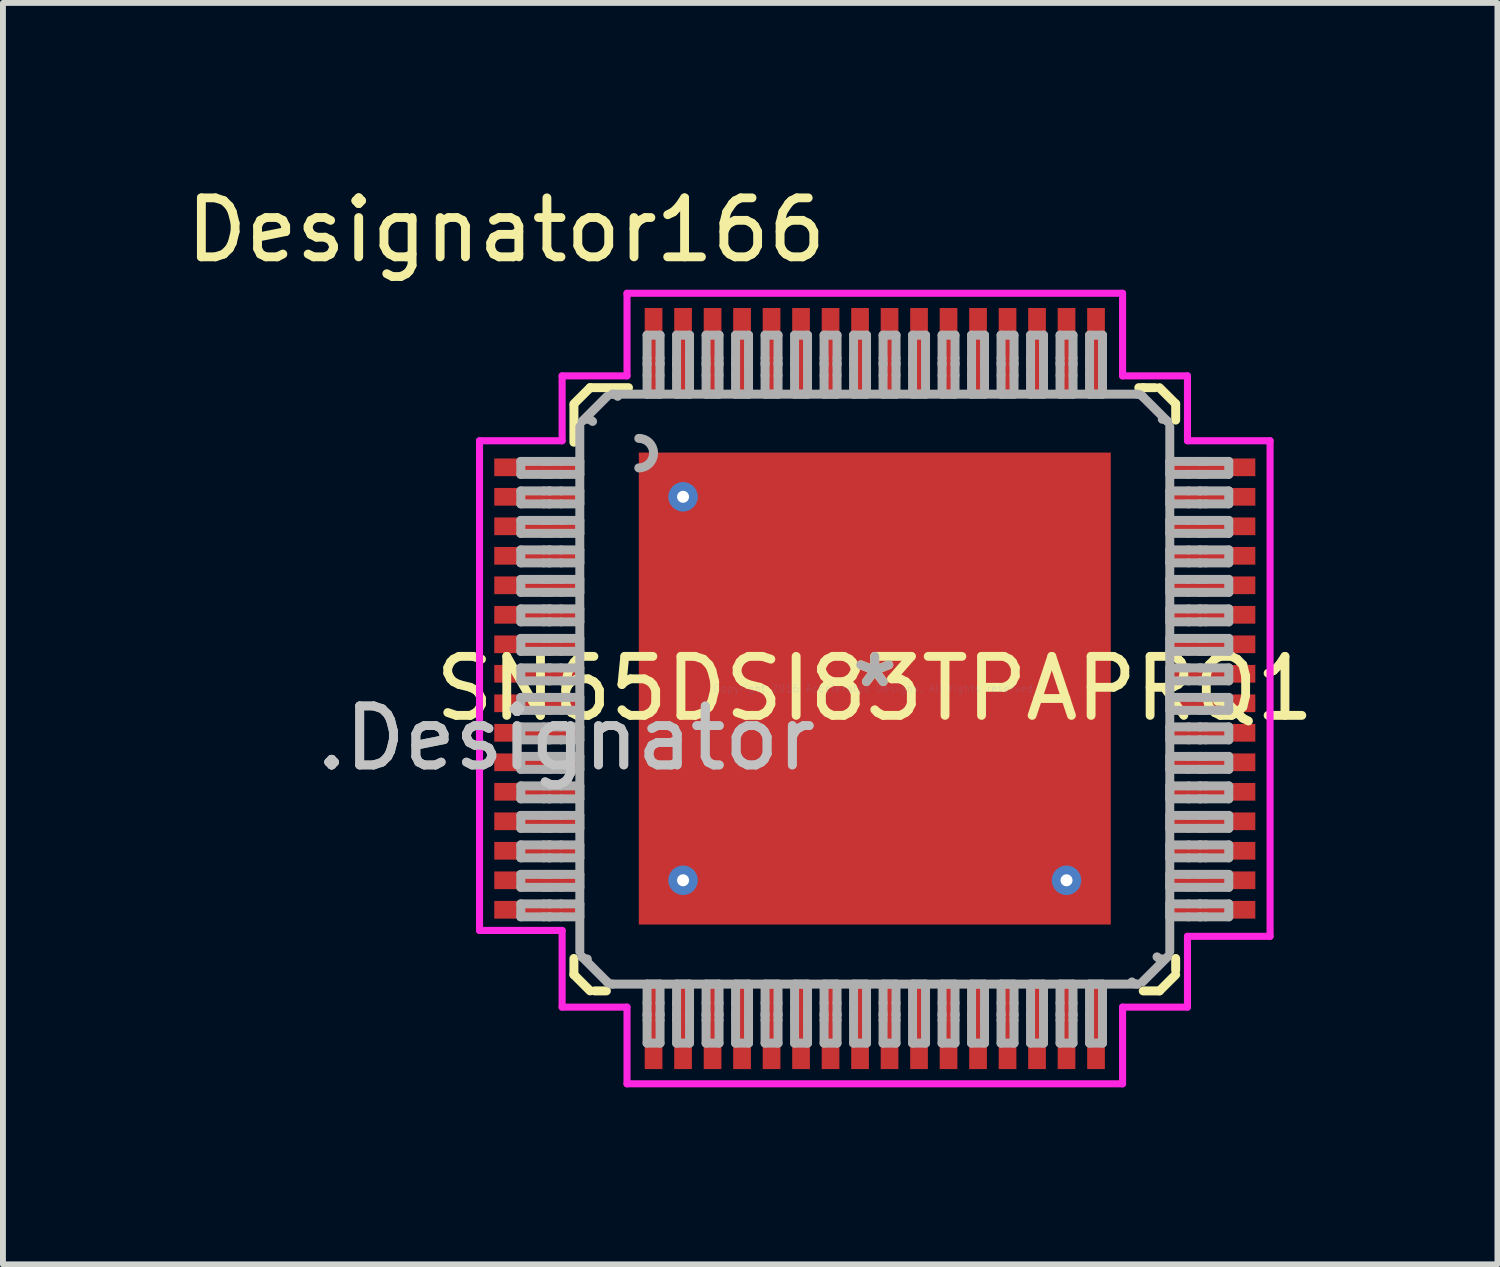
<source format=kicad_pcb>
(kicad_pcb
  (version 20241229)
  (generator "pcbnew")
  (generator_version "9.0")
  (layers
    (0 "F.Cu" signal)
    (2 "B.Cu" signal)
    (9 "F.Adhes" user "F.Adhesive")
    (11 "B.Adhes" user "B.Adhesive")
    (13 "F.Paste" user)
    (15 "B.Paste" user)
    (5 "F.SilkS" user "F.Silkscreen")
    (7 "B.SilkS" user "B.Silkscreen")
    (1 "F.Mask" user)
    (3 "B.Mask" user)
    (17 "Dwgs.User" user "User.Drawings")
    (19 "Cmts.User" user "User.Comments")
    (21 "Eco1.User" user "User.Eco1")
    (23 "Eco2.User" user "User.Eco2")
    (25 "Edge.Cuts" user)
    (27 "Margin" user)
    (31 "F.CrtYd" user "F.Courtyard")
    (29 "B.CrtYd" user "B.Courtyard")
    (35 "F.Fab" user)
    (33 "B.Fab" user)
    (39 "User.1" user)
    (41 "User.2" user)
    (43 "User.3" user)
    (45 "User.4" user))
  (footprint "SN65DSI83TPAPRQ1"
    (layer "F.Cu")
    (at 11.778 8.621)
    (property "Reference" "SN65DSI83TPAPRQ1" (at 0 0 0) (layer "F.SilkS") (effects (font (size 1 1) (thickness 0.15))))
    (attr through_hole)
    (fp_line (start -1.65 -1.601) (end -1.649 -1.61) (stroke (width 0.152) (type solid)) (layer "F.Mask"))
    (fp_line (start -1.65 1.601) (end -1.65 -1.601) (stroke (width 0.152) (type solid)) (layer "F.Mask"))
    (fp_line (start -1.649 -1.61) (end -1.646 -1.619) (stroke (width 0.152) (type solid)) (layer "F.Mask"))
    (fp_line (start -1.649 1.61) (end -1.65 1.601) (stroke (width 0.152) (type solid)) (layer "F.Mask"))
    (fp_line (start -1.646 -1.619) (end -1.642 -1.628) (stroke (width 0.152) (type solid)) (layer "F.Mask"))
    (fp_line (start -1.646 1.619) (end -1.649 1.61) (stroke (width 0.152) (type solid)) (layer "F.Mask"))
    (fp_line (start -1.642 -1.628) (end -1.636 -1.636) (stroke (width 0.152) (type solid)) (layer "F.Mask"))
    (fp_line (start -1.642 1.628) (end -1.646 1.619) (stroke (width 0.152) (type solid)) (layer "F.Mask"))
    (fp_line (start -1.636 -1.636) (end -1.628 -1.642) (stroke (width 0.152) (type solid)) (layer "F.Mask"))
    (fp_line (start -1.636 1.636) (end -1.642 1.628) (stroke (width 0.152) (type solid)) (layer "F.Mask"))
    (fp_line (start -1.628 -1.642) (end -1.619 -1.646) (stroke (width 0.152) (type solid)) (layer "F.Mask"))
    (fp_line (start -1.628 1.642) (end -1.636 1.636) (stroke (width 0.152) (type solid)) (layer "F.Mask"))
    (fp_line (start -1.619 -1.646) (end -1.61 -1.649) (stroke (width 0.152) (type solid)) (layer "F.Mask"))
    (fp_line (start -1.619 1.646) (end -1.628 1.642) (stroke (width 0.152) (type solid)) (layer "F.Mask"))
    (fp_line (start -1.61 -1.649) (end -1.601 -1.65) (stroke (width 0.152) (type solid)) (layer "F.Mask"))
    (fp_line (start -1.61 1.649) (end -1.619 1.646) (stroke (width 0.152) (type solid)) (layer "F.Mask"))
    (fp_line (start -1.601 -1.65) (end 1.601 -1.65) (stroke (width 0.152) (type solid)) (layer "F.Mask"))
    (fp_line (start -1.601 1.65) (end -1.61 1.649) (stroke (width 0.152) (type solid)) (layer "F.Mask"))
    (fp_line (start 1.601 -1.65) (end 1.61 -1.649) (stroke (width 0.152) (type solid)) (layer "F.Mask"))
    (fp_line (start 1.601 1.65) (end -1.601 1.65) (stroke (width 0.152) (type solid)) (layer "F.Mask"))
    (fp_line (start 1.61 -1.649) (end 1.619 -1.646) (stroke (width 0.152) (type solid)) (layer "F.Mask"))
    (fp_line (start 1.61 1.649) (end 1.601 1.65) (stroke (width 0.152) (type solid)) (layer "F.Mask"))
    (fp_line (start 1.619 -1.646) (end 1.628 -1.642) (stroke (width 0.152) (type solid)) (layer "F.Mask"))
    (fp_line (start 1.619 1.646) (end 1.61 1.649) (stroke (width 0.152) (type solid)) (layer "F.Mask"))
    (fp_line (start 1.628 -1.642) (end 1.636 -1.636) (stroke (width 0.152) (type solid)) (layer "F.Mask"))
    (fp_line (start 1.628 1.642) (end 1.619 1.646) (stroke (width 0.152) (type solid)) (layer "F.Mask"))
    (fp_line (start 1.636 -1.636) (end 1.642 -1.628) (stroke (width 0.152) (type solid)) (layer "F.Mask"))
    (fp_line (start 1.636 1.636) (end 1.628 1.642) (stroke (width 0.152) (type solid)) (layer "F.Mask"))
    (fp_line (start 1.642 -1.628) (end 1.646 -1.619) (stroke (width 0.152) (type solid)) (layer "F.Mask"))
    (fp_line (start 1.642 1.628) (end 1.636 1.636) (stroke (width 0.152) (type solid)) (layer "F.Mask"))
    (fp_line (start 1.646 -1.619) (end 1.649 -1.61) (stroke (width 0.152) (type solid)) (layer "F.Mask"))
    (fp_line (start 1.646 1.619) (end 1.642 1.628) (stroke (width 0.152) (type solid)) (layer "F.Mask"))
    (fp_line (start 1.649 -1.61) (end 1.65 -1.601) (stroke (width 0.152) (type solid)) (layer "F.Mask"))
    (fp_line (start 1.649 1.61) (end 1.646 1.619) (stroke (width 0.152) (type solid)) (layer "F.Mask"))
    (fp_line (start 1.65 -1.601) (end 1.65 1.601) (stroke (width 0.152) (type solid)) (layer "F.Mask"))
    (fp_line (start 1.65 1.601) (end 1.649 1.61) (stroke (width 0.152) (type solid)) (layer "F.Mask"))
    (fp_line (start -5.1 -4.825) (end -4.825 -5.1) (stroke (width 0.152) (type solid)) (layer "F.SilkS"))
    (fp_line (start -5.1 -4.175) (end -5.1 -4.8) (stroke (width 0.152) (type solid)) (layer "F.SilkS"))
    (fp_line (start -5.1 4.85) (end -5.1 4.575) (stroke (width 0.152) (type solid)) (layer "F.SilkS"))
    (fp_line (start -5.1 4.85) (end -4.825 5.125) (stroke (width 0.152) (type solid)) (layer "F.SilkS"))
    (fp_line (start -4.825 -5.1) (end -4.175 -5.1) (stroke (width 0.152) (type solid)) (layer "F.SilkS"))
    (fp_line (start -4.75 5.125) (end -4.55 5.125) (stroke (width 0.152) (type solid)) (layer "F.SilkS"))
    (fp_line (start 4.475 -5.1) (end 4.55 -5.1) (stroke (width 0.152) (type solid)) (layer "F.SilkS"))
    (fp_line (start 4.55 -5.1) (end 4.75 -5.1) (stroke (width 0.152) (type solid)) (layer "F.SilkS"))
    (fp_line (start 4.55 5.125) (end 4.825 5.125) (stroke (width 0.152) (type solid)) (layer "F.SilkS"))
    (fp_line (start 4.825 -5.1) (end 5.1 -4.825) (stroke (width 0.152) (type solid)) (layer "F.SilkS"))
    (fp_line (start 4.825 5.125) (end 5.1 4.85) (stroke (width 0.152) (type solid)) (layer "F.SilkS"))
    (fp_line (start 5.1 -4.55) (end 5.1 -4.825) (stroke (width 0.152) (type solid)) (layer "F.SilkS"))
    (fp_line (start 5.1 4.775) (end 5.1 4.575) (stroke (width 0.152) (type solid)) (layer "F.SilkS"))
    (fp_line (start -1.65 -1.601) (end -1.649 -1.61) (stroke (width 0.152) (type solid)) (layer "F.Paste"))
    (fp_line (start -1.65 1.601) (end -1.65 -1.601) (stroke (width 0.152) (type solid)) (layer "F.Paste"))
    (fp_line (start -1.649 -1.61) (end -1.646 -1.619) (stroke (width 0.152) (type solid)) (layer "F.Paste"))
    (fp_line (start -1.649 1.61) (end -1.65 1.601) (stroke (width 0.152) (type solid)) (layer "F.Paste"))
    (fp_line (start -1.646 -1.619) (end -1.642 -1.628) (stroke (width 0.152) (type solid)) (layer "F.Paste"))
    (fp_line (start -1.646 1.619) (end -1.649 1.61) (stroke (width 0.152) (type solid)) (layer "F.Paste"))
    (fp_line (start -1.642 -1.628) (end -1.636 -1.636) (stroke (width 0.152) (type solid)) (layer "F.Paste"))
    (fp_line (start -1.642 1.628) (end -1.646 1.619) (stroke (width 0.152) (type solid)) (layer "F.Paste"))
    (fp_line (start -1.636 -1.636) (end -1.628 -1.642) (stroke (width 0.152) (type solid)) (layer "F.Paste"))
    (fp_line (start -1.636 1.636) (end -1.642 1.628) (stroke (width 0.152) (type solid)) (layer "F.Paste"))
    (fp_line (start -1.628 -1.642) (end -1.619 -1.646) (stroke (width 0.152) (type solid)) (layer "F.Paste"))
    (fp_line (start -1.628 1.642) (end -1.636 1.636) (stroke (width 0.152) (type solid)) (layer "F.Paste"))
    (fp_line (start -1.619 -1.646) (end -1.61 -1.649) (stroke (width 0.152) (type solid)) (layer "F.Paste"))
    (fp_line (start -1.619 1.646) (end -1.628 1.642) (stroke (width 0.152) (type solid)) (layer "F.Paste"))
    (fp_line (start -1.61 -1.649) (end -1.601 -1.65) (stroke (width 0.152) (type solid)) (layer "F.Paste"))
    (fp_line (start -1.61 1.649) (end -1.619 1.646) (stroke (width 0.152) (type solid)) (layer "F.Paste"))
    (fp_line (start -1.601 -1.65) (end 1.601 -1.65) (stroke (width 0.152) (type solid)) (layer "F.Paste"))
    (fp_line (start -1.601 1.65) (end -1.61 1.649) (stroke (width 0.152) (type solid)) (layer "F.Paste"))
    (fp_line (start 1.601 -1.65) (end 1.61 -1.649) (stroke (width 0.152) (type solid)) (layer "F.Paste"))
    (fp_line (start 1.601 1.65) (end -1.601 1.65) (stroke (width 0.152) (type solid)) (layer "F.Paste"))
    (fp_line (start 1.61 -1.649) (end 1.619 -1.646) (stroke (width 0.152) (type solid)) (layer "F.Paste"))
    (fp_line (start 1.61 1.649) (end 1.601 1.65) (stroke (width 0.152) (type solid)) (layer "F.Paste"))
    (fp_line (start 1.619 -1.646) (end 1.628 -1.642) (stroke (width 0.152) (type solid)) (layer "F.Paste"))
    (fp_line (start 1.619 1.646) (end 1.61 1.649) (stroke (width 0.152) (type solid)) (layer "F.Paste"))
    (fp_line (start 1.628 -1.642) (end 1.636 -1.636) (stroke (width 0.152) (type solid)) (layer "F.Paste"))
    (fp_line (start 1.628 1.642) (end 1.619 1.646) (stroke (width 0.152) (type solid)) (layer "F.Paste"))
    (fp_line (start 1.636 -1.636) (end 1.642 -1.628) (stroke (width 0.152) (type solid)) (layer "F.Paste"))
    (fp_line (start 1.636 1.636) (end 1.628 1.642) (stroke (width 0.152) (type solid)) (layer "F.Paste"))
    (fp_line (start 1.642 -1.628) (end 1.646 -1.619) (stroke (width 0.152) (type solid)) (layer "F.Paste"))
    (fp_line (start 1.642 1.628) (end 1.636 1.636) (stroke (width 0.152) (type solid)) (layer "F.Paste"))
    (fp_line (start 1.646 -1.619) (end 1.649 -1.61) (stroke (width 0.152) (type solid)) (layer "F.Paste"))
    (fp_line (start 1.646 1.619) (end 1.642 1.628) (stroke (width 0.152) (type solid)) (layer "F.Paste"))
    (fp_line (start 1.649 -1.61) (end 1.65 -1.601) (stroke (width 0.152) (type solid)) (layer "F.Paste"))
    (fp_line (start 1.649 1.61) (end 1.646 1.619) (stroke (width 0.152) (type solid)) (layer "F.Paste"))
    (fp_line (start 1.65 -1.601) (end 1.65 1.601) (stroke (width 0.152) (type solid)) (layer "F.Paste"))
    (fp_line (start 1.65 1.601) (end 1.649 1.61) (stroke (width 0.152) (type solid)) (layer "F.Paste"))
    (fp_line (start -6.7 -4.2) (end -5.3 -4.2) (stroke (width 0.12) (type solid)) (layer "F.CrtYd"))
    (fp_line (start -6.7 4.1) (end -6.7 -4.2) (stroke (width 0.12) (type solid)) (layer "F.CrtYd"))
    (fp_line (start -5.3 -5.3) (end -4.2 -5.3) (stroke (width 0.12) (type solid)) (layer "F.CrtYd"))
    (fp_line (start -5.3 -4.2) (end -5.3 -5.3) (stroke (width 0.12) (type solid)) (layer "F.CrtYd"))
    (fp_line (start -5.3 4.1) (end -6.7 4.1) (stroke (width 0.12) (type solid)) (layer "F.CrtYd"))
    (fp_line (start -5.3 5.4) (end -5.3 4.1) (stroke (width 0.12) (type solid)) (layer "F.CrtYd"))
    (fp_line (start -4.2 -6.7) (end 4.2 -6.7) (stroke (width 0.12) (type solid)) (layer "F.CrtYd"))
    (fp_line (start -4.2 -5.3) (end -4.2 -6.7) (stroke (width 0.12) (type solid)) (layer "F.CrtYd"))
    (fp_line (start -4.2 5.4) (end -5.3 5.4) (stroke (width 0.12) (type solid)) (layer "F.CrtYd"))
    (fp_line (start -4.2 6.7) (end -4.2 5.4) (stroke (width 0.12) (type solid)) (layer "F.CrtYd"))
    (fp_line (start 4.2 -6.7) (end 4.2 -5.3) (stroke (width 0.12) (type solid)) (layer "F.CrtYd"))
    (fp_line (start 4.2 -5.3) (end 5.3 -5.3) (stroke (width 0.12) (type solid)) (layer "F.CrtYd"))
    (fp_line (start 4.2 5.4) (end 4.2 6.7) (stroke (width 0.12) (type solid)) (layer "F.CrtYd"))
    (fp_line (start 4.2 6.7) (end -4.2 6.7) (stroke (width 0.12) (type solid)) (layer "F.CrtYd"))
    (fp_line (start 5.3 -5.3) (end 5.3 -4.2) (stroke (width 0.12) (type solid)) (layer "F.CrtYd"))
    (fp_line (start 5.3 -4.2) (end 6.7 -4.2) (stroke (width 0.12) (type solid)) (layer "F.CrtYd"))
    (fp_line (start 5.3 4.2) (end 5.3 5.4) (stroke (width 0.12) (type solid)) (layer "F.CrtYd"))
    (fp_line (start 5.3 5.4) (end 4.2 5.4) (stroke (width 0.12) (type solid)) (layer "F.CrtYd"))
    (fp_line (start 6.7 -4.2) (end 6.7 4.2) (stroke (width 0.12) (type solid)) (layer "F.CrtYd"))
    (fp_line (start 6.7 4.2) (end 5.3 4.2) (stroke (width 0.12) (type solid)) (layer "F.CrtYd"))
    (fp_line (start -6 -3.85) (end -5.61 -3.85) (stroke (width 0.152) (type solid)) (layer "F.Fab"))
    (fp_line (start -6 -3.63) (end -6 -3.85) (stroke (width 0.152) (type solid)) (layer "F.Fab"))
    (fp_line (start -6 -3.63) (end -5.61 -3.63) (stroke (width 0.152) (type solid)) (layer "F.Fab"))
    (fp_line (start -6 -3.35) (end -5.61 -3.35) (stroke (width 0.152) (type solid)) (layer "F.Fab"))
    (fp_line (start -6 -3.13) (end -6 -3.35) (stroke (width 0.152) (type solid)) (layer "F.Fab"))
    (fp_line (start -6 -3.13) (end -5.61 -3.13) (stroke (width 0.152) (type solid)) (layer "F.Fab"))
    (fp_line (start -6 -2.85) (end -5.61 -2.85) (stroke (width 0.152) (type solid)) (layer "F.Fab"))
    (fp_line (start -6 -2.63) (end -6 -2.85) (stroke (width 0.152) (type solid)) (layer "F.Fab"))
    (fp_line (start -6 -2.63) (end -5.61 -2.63) (stroke (width 0.152) (type solid)) (layer "F.Fab"))
    (fp_line (start -6 -2.35) (end -5.61 -2.35) (stroke (width 0.152) (type solid)) (layer "F.Fab"))
    (fp_line (start -6 -2.13) (end -6 -2.35) (stroke (width 0.152) (type solid)) (layer "F.Fab"))
    (fp_line (start -6 -2.13) (end -5.61 -2.13) (stroke (width 0.152) (type solid)) (layer "F.Fab"))
    (fp_line (start -6 -1.85) (end -5.61 -1.85) (stroke (width 0.152) (type solid)) (layer "F.Fab"))
    (fp_line (start -6 -1.63) (end -6 -1.85) (stroke (width 0.152) (type solid)) (layer "F.Fab"))
    (fp_line (start -6 -1.63) (end -5.61 -1.63) (stroke (width 0.152) (type solid)) (layer "F.Fab"))
    (fp_line (start -6 -1.35) (end -5.61 -1.35) (stroke (width 0.152) (type solid)) (layer "F.Fab"))
    (fp_line (start -6 -1.13) (end -6 -1.35) (stroke (width 0.152) (type solid)) (layer "F.Fab"))
    (fp_line (start -6 -1.13) (end -5.61 -1.13) (stroke (width 0.152) (type solid)) (layer "F.Fab"))
    (fp_line (start -6 -0.85) (end -5.61 -0.85) (stroke (width 0.152) (type solid)) (layer "F.Fab"))
    (fp_line (start -6 -0.63) (end -6 -0.85) (stroke (width 0.152) (type solid)) (layer "F.Fab"))
    (fp_line (start -6 -0.63) (end -5.61 -0.63) (stroke (width 0.152) (type solid)) (layer "F.Fab"))
    (fp_line (start -6 -0.35) (end -5.61 -0.35) (stroke (width 0.152) (type solid)) (layer "F.Fab"))
    (fp_line (start -6 -0.13) (end -6 -0.35) (stroke (width 0.152) (type solid)) (layer "F.Fab"))
    (fp_line (start -6 -0.13) (end -5.61 -0.13) (stroke (width 0.152) (type solid)) (layer "F.Fab"))
    (fp_line (start -6 0.15) (end -5.61 0.15) (stroke (width 0.152) (type solid)) (layer "F.Fab"))
    (fp_line (start -6 0.37) (end -6 0.15) (stroke (width 0.152) (type solid)) (layer "F.Fab"))
    (fp_line (start -6 0.37) (end -5.61 0.37) (stroke (width 0.152) (type solid)) (layer "F.Fab"))
    (fp_line (start -6 0.65) (end -5.61 0.65) (stroke (width 0.152) (type solid)) (layer "F.Fab"))
    (fp_line (start -6 0.87) (end -6 0.65) (stroke (width 0.152) (type solid)) (layer "F.Fab"))
    (fp_line (start -6 0.87) (end -5.61 0.87) (stroke (width 0.152) (type solid)) (layer "F.Fab"))
    (fp_line (start -6 1.15) (end -5.61 1.15) (stroke (width 0.152) (type solid)) (layer "F.Fab"))
    (fp_line (start -6 1.37) (end -6 1.15) (stroke (width 0.152) (type solid)) (layer "F.Fab"))
    (fp_line (start -6 1.37) (end -5.61 1.37) (stroke (width 0.152) (type solid)) (layer "F.Fab"))
    (fp_line (start -6 1.65) (end -5.61 1.65) (stroke (width 0.152) (type solid)) (layer "F.Fab"))
    (fp_line (start -6 1.87) (end -6 1.65) (stroke (width 0.152) (type solid)) (layer "F.Fab"))
    (fp_line (start -6 1.87) (end -5.61 1.87) (stroke (width 0.152) (type solid)) (layer "F.Fab"))
    (fp_line (start -6 2.15) (end -5.61 2.15) (stroke (width 0.152) (type solid)) (layer "F.Fab"))
    (fp_line (start -6 2.37) (end -6 2.15) (stroke (width 0.152) (type solid)) (layer "F.Fab"))
    (fp_line (start -6 2.37) (end -5.61 2.37) (stroke (width 0.152) (type solid)) (layer "F.Fab"))
    (fp_line (start -6 2.65) (end -5.61 2.65) (stroke (width 0.152) (type solid)) (layer "F.Fab"))
    (fp_line (start -6 2.87) (end -6 2.65) (stroke (width 0.152) (type solid)) (layer "F.Fab"))
    (fp_line (start -6 2.87) (end -5.61 2.87) (stroke (width 0.152) (type solid)) (layer "F.Fab"))
    (fp_line (start -6 3.15) (end -5.61 3.15) (stroke (width 0.152) (type solid)) (layer "F.Fab"))
    (fp_line (start -6 3.37) (end -6 3.15) (stroke (width 0.152) (type solid)) (layer "F.Fab"))
    (fp_line (start -6 3.37) (end -5.61 3.37) (stroke (width 0.152) (type solid)) (layer "F.Fab"))
    (fp_line (start -6 3.65) (end -5.61 3.65) (stroke (width 0.152) (type solid)) (layer "F.Fab"))
    (fp_line (start -6 3.87) (end -6 3.65) (stroke (width 0.152) (type solid)) (layer "F.Fab"))
    (fp_line (start -6 3.87) (end -5.61 3.87) (stroke (width 0.152) (type solid)) (layer "F.Fab"))
    (fp_line (start -5.61 -3.85) (end -5.53 -3.85) (stroke (width 0.152) (type solid)) (layer "F.Fab"))
    (fp_line (start -5.61 -3.63) (end -5.53 -3.63) (stroke (width 0.152) (type solid)) (layer "F.Fab"))
    (fp_line (start -5.61 -3.35) (end -5.53 -3.35) (stroke (width 0.152) (type solid)) (layer "F.Fab"))
    (fp_line (start -5.61 -3.13) (end -5.53 -3.13) (stroke (width 0.152) (type solid)) (layer "F.Fab"))
    (fp_line (start -5.61 -2.85) (end -5.53 -2.85) (stroke (width 0.152) (type solid)) (layer "F.Fab"))
    (fp_line (start -5.61 -2.63) (end -5.53 -2.63) (stroke (width 0.152) (type solid)) (layer "F.Fab"))
    (fp_line (start -5.61 -2.35) (end -5.53 -2.35) (stroke (width 0.152) (type solid)) (layer "F.Fab"))
    (fp_line (start -5.61 -2.13) (end -5.53 -2.13) (stroke (width 0.152) (type solid)) (layer "F.Fab"))
    (fp_line (start -5.61 -1.85) (end -5.53 -1.85) (stroke (width 0.152) (type solid)) (layer "F.Fab"))
    (fp_line (start -5.61 -1.63) (end -5.53 -1.63) (stroke (width 0.152) (type solid)) (layer "F.Fab"))
    (fp_line (start -5.61 -1.35) (end -5.53 -1.35) (stroke (width 0.152) (type solid)) (layer "F.Fab"))
    (fp_line (start -5.61 -1.13) (end -5.53 -1.13) (stroke (width 0.152) (type solid)) (layer "F.Fab"))
    (fp_line (start -5.61 -0.85) (end -5.53 -0.85) (stroke (width 0.152) (type solid)) (layer "F.Fab"))
    (fp_line (start -5.61 -0.63) (end -5.53 -0.63) (stroke (width 0.152) (type solid)) (layer "F.Fab"))
    (fp_line (start -5.61 -0.35) (end -5.53 -0.35) (stroke (width 0.152) (type solid)) (layer "F.Fab"))
    (fp_line (start -5.61 -0.13) (end -5.53 -0.13) (stroke (width 0.152) (type solid)) (layer "F.Fab"))
    (fp_line (start -5.61 0.15) (end -5.53 0.15) (stroke (width 0.152) (type solid)) (layer "F.Fab"))
    (fp_line (start -5.61 0.37) (end -5.53 0.37) (stroke (width 0.152) (type solid)) (layer "F.Fab"))
    (fp_line (start -5.61 0.65) (end -5.53 0.65) (stroke (width 0.152) (type solid)) (layer "F.Fab"))
    (fp_line (start -5.61 0.87) (end -5.53 0.87) (stroke (width 0.152) (type solid)) (layer "F.Fab"))
    (fp_line (start -5.61 1.15) (end -5.53 1.15) (stroke (width 0.152) (type solid)) (layer "F.Fab"))
    (fp_line (start -5.61 1.37) (end -5.53 1.37) (stroke (width 0.152) (type solid)) (layer "F.Fab"))
    (fp_line (start -5.61 1.65) (end -5.53 1.65) (stroke (width 0.152) (type solid)) (layer "F.Fab"))
    (fp_line (start -5.61 1.87) (end -5.53 1.87) (stroke (width 0.152) (type solid)) (layer "F.Fab"))
    (fp_line (start -5.61 2.15) (end -5.53 2.15) (stroke (width 0.152) (type solid)) (layer "F.Fab"))
    (fp_line (start -5.61 2.37) (end -5.53 2.37) (stroke (width 0.152) (type solid)) (layer "F.Fab"))
    (fp_line (start -5.61 2.65) (end -5.53 2.65) (stroke (width 0.152) (type solid)) (layer "F.Fab"))
    (fp_line (start -5.61 2.87) (end -5.53 2.87) (stroke (width 0.152) (type solid)) (layer "F.Fab"))
    (fp_line (start -5.61 3.15) (end -5.53 3.15) (stroke (width 0.152) (type solid)) (layer "F.Fab"))
    (fp_line (start -5.61 3.37) (end -5.53 3.37) (stroke (width 0.152) (type solid)) (layer "F.Fab"))
    (fp_line (start -5.61 3.65) (end -5.53 3.65) (stroke (width 0.152) (type solid)) (layer "F.Fab"))
    (fp_line (start -5.61 3.87) (end -5.53 3.87) (stroke (width 0.152) (type solid)) (layer "F.Fab"))
    (fp_line (start -5.53 -3.85) (end -5.503 -3.85) (stroke (width 0.152) (type solid)) (layer "F.Fab"))
    (fp_line (start -5.53 -3.63) (end -5.503 -3.63) (stroke (width 0.152) (type solid)) (layer "F.Fab"))
    (fp_line (start -5.53 -3.35) (end -5.503 -3.35) (stroke (width 0.152) (type solid)) (layer "F.Fab"))
    (fp_line (start -5.53 -3.13) (end -5.503 -3.13) (stroke (width 0.152) (type solid)) (layer "F.Fab"))
    (fp_line (start -5.53 -2.85) (end -5.503 -2.85) (stroke (width 0.152) (type solid)) (layer "F.Fab"))
    (fp_line (start -5.53 -2.63) (end -5.503 -2.63) (stroke (width 0.152) (type solid)) (layer "F.Fab"))
    (fp_line (start -5.53 -2.35) (end -5.503 -2.35) (stroke (width 0.152) (type solid)) (layer "F.Fab"))
    (fp_line (start -5.53 -2.13) (end -5.503 -2.13) (stroke (width 0.152) (type solid)) (layer "F.Fab"))
    (fp_line (start -5.53 -1.85) (end -5.503 -1.85) (stroke (width 0.152) (type solid)) (layer "F.Fab"))
    (fp_line (start -5.53 -1.63) (end -5.503 -1.63) (stroke (width 0.152) (type solid)) (layer "F.Fab"))
    (fp_line (start -5.53 -1.35) (end -5.503 -1.35) (stroke (width 0.152) (type solid)) (layer "F.Fab"))
    (fp_line (start -5.53 -1.13) (end -5.503 -1.13) (stroke (width 0.152) (type solid)) (layer "F.Fab"))
    (fp_line (start -5.53 -0.85) (end -5.503 -0.85) (stroke (width 0.152) (type solid)) (layer "F.Fab"))
    (fp_line (start -5.53 -0.63) (end -5.503 -0.63) (stroke (width 0.152) (type solid)) (layer "F.Fab"))
    (fp_line (start -5.53 -0.35) (end -5.503 -0.35) (stroke (width 0.152) (type solid)) (layer "F.Fab"))
    (fp_line (start -5.53 -0.13) (end -5.503 -0.13) (stroke (width 0.152) (type solid)) (layer "F.Fab"))
    (fp_line (start -5.53 0.15) (end -5.503 0.15) (stroke (width 0.152) (type solid)) (layer "F.Fab"))
    (fp_line (start -5.53 0.37) (end -5.503 0.37) (stroke (width 0.152) (type solid)) (layer "F.Fab"))
    (fp_line (start -5.53 0.65) (end -5.503 0.65) (stroke (width 0.152) (type solid)) (layer "F.Fab"))
    (fp_line (start -5.53 0.87) (end -5.503 0.87) (stroke (width 0.152) (type solid)) (layer "F.Fab"))
    (fp_line (start -5.53 1.15) (end -5.503 1.15) (stroke (width 0.152) (type solid)) (layer "F.Fab"))
    (fp_line (start -5.53 1.37) (end -5.503 1.37) (stroke (width 0.152) (type solid)) (layer "F.Fab"))
    (fp_line (start -5.53 1.65) (end -5.503 1.65) (stroke (width 0.152) (type solid)) (layer "F.Fab"))
    (fp_line (start -5.53 1.87) (end -5.503 1.87) (stroke (width 0.152) (type solid)) (layer "F.Fab"))
    (fp_line (start -5.53 2.15) (end -5.503 2.15) (stroke (width 0.152) (type solid)) (layer "F.Fab"))
    (fp_line (start -5.53 2.37) (end -5.503 2.37) (stroke (width 0.152) (type solid)) (layer "F.Fab"))
    (fp_line (start -5.53 2.65) (end -5.503 2.65) (stroke (width 0.152) (type solid)) (layer "F.Fab"))
    (fp_line (start -5.53 2.87) (end -5.503 2.87) (stroke (width 0.152) (type solid)) (layer "F.Fab"))
    (fp_line (start -5.53 3.15) (end -5.503 3.15) (stroke (width 0.152) (type solid)) (layer "F.Fab"))
    (fp_line (start -5.53 3.37) (end -5.503 3.37) (stroke (width 0.152) (type solid)) (layer "F.Fab"))
    (fp_line (start -5.53 3.65) (end -5.503 3.65) (stroke (width 0.152) (type solid)) (layer "F.Fab"))
    (fp_line (start -5.53 3.87) (end -5.503 3.87) (stroke (width 0.152) (type solid)) (layer "F.Fab"))
    (fp_line (start -5.503 -3.85) (end -5.319 -3.85) (stroke (width 0.152) (type solid)) (layer "F.Fab"))
    (fp_line (start -5.503 -3.63) (end -5.319 -3.63) (stroke (width 0.152) (type solid)) (layer "F.Fab"))
    (fp_line (start -5.503 -3.35) (end -5.319 -3.35) (stroke (width 0.152) (type solid)) (layer "F.Fab"))
    (fp_line (start -5.503 -3.13) (end -5.319 -3.13) (stroke (width 0.152) (type solid)) (layer "F.Fab"))
    (fp_line (start -5.503 -2.85) (end -5.319 -2.85) (stroke (width 0.152) (type solid)) (layer "F.Fab"))
    (fp_line (start -5.503 -2.63) (end -5.319 -2.63) (stroke (width 0.152) (type solid)) (layer "F.Fab"))
    (fp_line (start -5.503 -2.35) (end -5.319 -2.35) (stroke (width 0.152) (type solid)) (layer "F.Fab"))
    (fp_line (start -5.503 -2.13) (end -5.319 -2.13) (stroke (width 0.152) (type solid)) (layer "F.Fab"))
    (fp_line (start -5.503 -1.85) (end -5.319 -1.85) (stroke (width 0.152) (type solid)) (layer "F.Fab"))
    (fp_line (start -5.503 -1.63) (end -5.319 -1.63) (stroke (width 0.152) (type solid)) (layer "F.Fab"))
    (fp_line (start -5.503 -1.35) (end -5.319 -1.35) (stroke (width 0.152) (type solid)) (layer "F.Fab"))
    (fp_line (start -5.503 -1.13) (end -5.319 -1.13) (stroke (width 0.152) (type solid)) (layer "F.Fab"))
    (fp_line (start -5.503 -0.85) (end -5.319 -0.85) (stroke (width 0.152) (type solid)) (layer "F.Fab"))
    (fp_line (start -5.503 -0.63) (end -5.319 -0.63) (stroke (width 0.152) (type solid)) (layer "F.Fab"))
    (fp_line (start -5.503 -0.35) (end -5.319 -0.35) (stroke (width 0.152) (type solid)) (layer "F.Fab"))
    (fp_line (start -5.503 -0.13) (end -5.319 -0.13) (stroke (width 0.152) (type solid)) (layer "F.Fab"))
    (fp_line (start -5.503 0.15) (end -5.319 0.15) (stroke (width 0.152) (type solid)) (layer "F.Fab"))
    (fp_line (start -5.503 0.37) (end -5.319 0.37) (stroke (width 0.152) (type solid)) (layer "F.Fab"))
    (fp_line (start -5.503 0.65) (end -5.319 0.65) (stroke (width 0.152) (type solid)) (layer "F.Fab"))
    (fp_line (start -5.503 0.87) (end -5.319 0.87) (stroke (width 0.152) (type solid)) (layer "F.Fab"))
    (fp_line (start -5.503 1.15) (end -5.319 1.15) (stroke (width 0.152) (type solid)) (layer "F.Fab"))
    (fp_line (start -5.503 1.37) (end -5.319 1.37) (stroke (width 0.152) (type solid)) (layer "F.Fab"))
    (fp_line (start -5.503 1.65) (end -5.319 1.65) (stroke (width 0.152) (type solid)) (layer "F.Fab"))
    (fp_line (start -5.503 1.87) (end -5.319 1.87) (stroke (width 0.152) (type solid)) (layer "F.Fab"))
    (fp_line (start -5.503 2.15) (end -5.319 2.15) (stroke (width 0.152) (type solid)) (layer "F.Fab"))
    (fp_line (start -5.503 2.37) (end -5.319 2.37) (stroke (width 0.152) (type solid)) (layer "F.Fab"))
    (fp_line (start -5.503 2.65) (end -5.319 2.65) (stroke (width 0.152) (type solid)) (layer "F.Fab"))
    (fp_line (start -5.503 2.87) (end -5.319 2.87) (stroke (width 0.152) (type solid)) (layer "F.Fab"))
    (fp_line (start -5.503 3.15) (end -5.319 3.15) (stroke (width 0.152) (type solid)) (layer "F.Fab"))
    (fp_line (start -5.503 3.37) (end -5.319 3.37) (stroke (width 0.152) (type solid)) (layer "F.Fab"))
    (fp_line (start -5.503 3.65) (end -5.319 3.65) (stroke (width 0.152) (type solid)) (layer "F.Fab"))
    (fp_line (start -5.503 3.87) (end -5.319 3.87) (stroke (width 0.152) (type solid)) (layer "F.Fab"))
    (fp_line (start -5.319 -3.85) (end -5 -3.85) (stroke (width 0.152) (type solid)) (layer "F.Fab"))
    (fp_line (start -5.319 -3.63) (end -5 -3.63) (stroke (width 0.152) (type solid)) (layer "F.Fab"))
    (fp_line (start -5.319 -3.35) (end -5 -3.35) (stroke (width 0.152) (type solid)) (layer "F.Fab"))
    (fp_line (start -5.319 -3.13) (end -5 -3.13) (stroke (width 0.152) (type solid)) (layer "F.Fab"))
    (fp_line (start -5.319 -2.85) (end -5 -2.85) (stroke (width 0.152) (type solid)) (layer "F.Fab"))
    (fp_line (start -5.319 -2.63) (end -5 -2.63) (stroke (width 0.152) (type solid)) (layer "F.Fab"))
    (fp_line (start -5.319 -2.35) (end -5 -2.35) (stroke (width 0.152) (type solid)) (layer "F.Fab"))
    (fp_line (start -5.319 -2.13) (end -5 -2.13) (stroke (width 0.152) (type solid)) (layer "F.Fab"))
    (fp_line (start -5.319 -1.85) (end -5 -1.85) (stroke (width 0.152) (type solid)) (layer "F.Fab"))
    (fp_line (start -5.319 -1.63) (end -5 -1.63) (stroke (width 0.152) (type solid)) (layer "F.Fab"))
    (fp_line (start -5.319 -1.35) (end -5 -1.35) (stroke (width 0.152) (type solid)) (layer "F.Fab"))
    (fp_line (start -5.319 -1.13) (end -5 -1.13) (stroke (width 0.152) (type solid)) (layer "F.Fab"))
    (fp_line (start -5.319 -0.85) (end -5 -0.85) (stroke (width 0.152) (type solid)) (layer "F.Fab"))
    (fp_line (start -5.319 -0.63) (end -5 -0.63) (stroke (width 0.152) (type solid)) (layer "F.Fab"))
    (fp_line (start -5.319 -0.35) (end -5 -0.35) (stroke (width 0.152) (type solid)) (layer "F.Fab"))
    (fp_line (start -5.319 -0.13) (end -5 -0.13) (stroke (width 0.152) (type solid)) (layer "F.Fab"))
    (fp_line (start -5.319 0.15) (end -5 0.15) (stroke (width 0.152) (type solid)) (layer "F.Fab"))
    (fp_line (start -5.319 0.37) (end -5 0.37) (stroke (width 0.152) (type solid)) (layer "F.Fab"))
    (fp_line (start -5.319 0.65) (end -5 0.65) (stroke (width 0.152) (type solid)) (layer "F.Fab"))
    (fp_line (start -5.319 0.87) (end -5 0.87) (stroke (width 0.152) (type solid)) (layer "F.Fab"))
    (fp_line (start -5.319 1.15) (end -5 1.15) (stroke (width 0.152) (type solid)) (layer "F.Fab"))
    (fp_line (start -5.319 1.37) (end -5 1.37) (stroke (width 0.152) (type solid)) (layer "F.Fab"))
    (fp_line (start -5.319 1.65) (end -5 1.65) (stroke (width 0.152) (type solid)) (layer "F.Fab"))
    (fp_line (start -5.319 1.87) (end -5 1.87) (stroke (width 0.152) (type solid)) (layer "F.Fab"))
    (fp_line (start -5.319 2.15) (end -5 2.15) (stroke (width 0.152) (type solid)) (layer "F.Fab"))
    (fp_line (start -5.319 2.37) (end -5 2.37) (stroke (width 0.152) (type solid)) (layer "F.Fab"))
    (fp_line (start -5.319 2.65) (end -5 2.65) (stroke (width 0.152) (type solid)) (layer "F.Fab"))
    (fp_line (start -5.319 2.87) (end -5 2.87) (stroke (width 0.152) (type solid)) (layer "F.Fab"))
    (fp_line (start -5.319 3.15) (end -5 3.15) (stroke (width 0.152) (type solid)) (layer "F.Fab"))
    (fp_line (start -5.319 3.37) (end -5 3.37) (stroke (width 0.152) (type solid)) (layer "F.Fab"))
    (fp_line (start -5.319 3.65) (end -5 3.65) (stroke (width 0.152) (type solid)) (layer "F.Fab"))
    (fp_line (start -5.319 3.87) (end -5 3.87) (stroke (width 0.152) (type solid)) (layer "F.Fab"))
    (fp_line (start -5 -3.63) (end -5 -3.85) (stroke (width 0.152) (type solid)) (layer "F.Fab"))
    (fp_line (start -5 -3.13) (end -5 -3.35) (stroke (width 0.152) (type solid)) (layer "F.Fab"))
    (fp_line (start -5 -2.63) (end -5 -2.85) (stroke (width 0.152) (type solid)) (layer "F.Fab"))
    (fp_line (start -5 -2.13) (end -5 -2.35) (stroke (width 0.152) (type solid)) (layer "F.Fab"))
    (fp_line (start -5 -1.63) (end -5 -1.85) (stroke (width 0.152) (type solid)) (layer "F.Fab"))
    (fp_line (start -5 -1.13) (end -5 -1.35) (stroke (width 0.152) (type solid)) (layer "F.Fab"))
    (fp_line (start -5 -0.63) (end -5 -0.85) (stroke (width 0.152) (type solid)) (layer "F.Fab"))
    (fp_line (start -5 -0.13) (end -5 -0.35) (stroke (width 0.152) (type solid)) (layer "F.Fab"))
    (fp_line (start -5 0.37) (end -5 0.15) (stroke (width 0.152) (type solid)) (layer "F.Fab"))
    (fp_line (start -5 0.87) (end -5 0.65) (stroke (width 0.152) (type solid)) (layer "F.Fab"))
    (fp_line (start -5 1.37) (end -5 1.15) (stroke (width 0.152) (type solid)) (layer "F.Fab"))
    (fp_line (start -5 1.87) (end -5 1.65) (stroke (width 0.152) (type solid)) (layer "F.Fab"))
    (fp_line (start -5 2.37) (end -5 2.15) (stroke (width 0.152) (type solid)) (layer "F.Fab"))
    (fp_line (start -5 2.87) (end -5 2.65) (stroke (width 0.152) (type solid)) (layer "F.Fab"))
    (fp_line (start -5 3.37) (end -5 3.15) (stroke (width 0.152) (type solid)) (layer "F.Fab"))
    (fp_line (start -5 3.87) (end -5 3.65) (stroke (width 0.152) (type solid)) (layer "F.Fab"))
    (fp_line (start -5 4.458) (end -5 -4.438) (stroke (width 0.152) (type solid)) (layer "F.Fab"))
    (fp_line (start -4.963 -4.527) (end -4.537 -4.953) (stroke (width 0.152) (type solid)) (layer "F.Fab"))
    (fp_line (start -4.963 4.547) (end -4.537 4.973) (stroke (width 0.152) (type solid)) (layer "F.Fab"))
    (fp_line (start -4.448 -4.99) (end 4.448 -4.99) (stroke (width 0.152) (type solid)) (layer "F.Fab"))
    (fp_line (start -4.448 5.01) (end 4.448 5.01) (stroke (width 0.152) (type solid)) (layer "F.Fab"))
    (fp_line (start -3.86 -5.99) (end -3.64 -5.99) (stroke (width 0.152) (type solid)) (layer "F.Fab"))
    (fp_line (start -3.86 -5.6) (end -3.86 -5.99) (stroke (width 0.152) (type solid)) (layer "F.Fab"))
    (fp_line (start -3.86 -5.52) (end -3.86 -5.6) (stroke (width 0.152) (type solid)) (layer "F.Fab"))
    (fp_line (start -3.86 -5.493) (end -3.86 -5.52) (stroke (width 0.152) (type solid)) (layer "F.Fab"))
    (fp_line (start -3.86 -5.309) (end -3.86 -5.493) (stroke (width 0.152) (type solid)) (layer "F.Fab"))
    (fp_line (start -3.86 -4.99) (end -3.86 -5.309) (stroke (width 0.152) (type solid)) (layer "F.Fab"))
    (fp_line (start -3.86 -4.99) (end -3.64 -4.99) (stroke (width 0.152) (type solid)) (layer "F.Fab"))
    (fp_line (start -3.86 5.01) (end -3.64 5.01) (stroke (width 0.152) (type solid)) (layer "F.Fab"))
    (fp_line (start -3.86 5.329) (end -3.86 5.01) (stroke (width 0.152) (type solid)) (layer "F.Fab"))
    (fp_line (start -3.86 5.513) (end -3.86 5.329) (stroke (width 0.152) (type solid)) (layer "F.Fab"))
    (fp_line (start -3.86 5.54) (end -3.86 5.513) (stroke (width 0.152) (type solid)) (layer "F.Fab"))
    (fp_line (start -3.86 5.62) (end -3.86 5.54) (stroke (width 0.152) (type solid)) (layer "F.Fab"))
    (fp_line (start -3.86 6.01) (end -3.86 5.62) (stroke (width 0.152) (type solid)) (layer "F.Fab"))
    (fp_line (start -3.86 6.01) (end -3.64 6.01) (stroke (width 0.152) (type solid)) (layer "F.Fab"))
    (fp_line (start -3.64 -5.6) (end -3.64 -5.99) (stroke (width 0.152) (type solid)) (layer "F.Fab"))
    (fp_line (start -3.64 -5.52) (end -3.64 -5.6) (stroke (width 0.152) (type solid)) (layer "F.Fab"))
    (fp_line (start -3.64 -5.493) (end -3.64 -5.52) (stroke (width 0.152) (type solid)) (layer "F.Fab"))
    (fp_line (start -3.64 -5.309) (end -3.64 -5.493) (stroke (width 0.152) (type solid)) (layer "F.Fab"))
    (fp_line (start -3.64 -4.99) (end -3.64 -5.309) (stroke (width 0.152) (type solid)) (layer "F.Fab"))
    (fp_line (start -3.64 5.329) (end -3.64 5.01) (stroke (width 0.152) (type solid)) (layer "F.Fab"))
    (fp_line (start -3.64 5.513) (end -3.64 5.329) (stroke (width 0.152) (type solid)) (layer "F.Fab"))
    (fp_line (start -3.64 5.54) (end -3.64 5.513) (stroke (width 0.152) (type solid)) (layer "F.Fab"))
    (fp_line (start -3.64 5.62) (end -3.64 5.54) (stroke (width 0.152) (type solid)) (layer "F.Fab"))
    (fp_line (start -3.64 6.01) (end -3.64 5.62) (stroke (width 0.152) (type solid)) (layer "F.Fab"))
    (fp_line (start -3.36 -5.99) (end -3.14 -5.99) (stroke (width 0.152) (type solid)) (layer "F.Fab"))
    (fp_line (start -3.36 -5.6) (end -3.36 -5.99) (stroke (width 0.152) (type solid)) (layer "F.Fab"))
    (fp_line (start -3.36 -5.52) (end -3.36 -5.6) (stroke (width 0.152) (type solid)) (layer "F.Fab"))
    (fp_line (start -3.36 -5.493) (end -3.36 -5.52) (stroke (width 0.152) (type solid)) (layer "F.Fab"))
    (fp_line (start -3.36 -5.309) (end -3.36 -5.493) (stroke (width 0.152) (type solid)) (layer "F.Fab"))
    (fp_line (start -3.36 -4.99) (end -3.36 -5.309) (stroke (width 0.152) (type solid)) (layer "F.Fab"))
    (fp_line (start -3.36 -4.99) (end -3.14 -4.99) (stroke (width 0.152) (type solid)) (layer "F.Fab"))
    (fp_line (start -3.36 5.01) (end -3.14 5.01) (stroke (width 0.152) (type solid)) (layer "F.Fab"))
    (fp_line (start -3.36 5.329) (end -3.36 5.01) (stroke (width 0.152) (type solid)) (layer "F.Fab"))
    (fp_line (start -3.36 5.513) (end -3.36 5.329) (stroke (width 0.152) (type solid)) (layer "F.Fab"))
    (fp_line (start -3.36 5.54) (end -3.36 5.513) (stroke (width 0.152) (type solid)) (layer "F.Fab"))
    (fp_line (start -3.36 5.62) (end -3.36 5.54) (stroke (width 0.152) (type solid)) (layer "F.Fab"))
    (fp_line (start -3.36 6.01) (end -3.36 5.62) (stroke (width 0.152) (type solid)) (layer "F.Fab"))
    (fp_line (start -3.36 6.01) (end -3.14 6.01) (stroke (width 0.152) (type solid)) (layer "F.Fab"))
    (fp_line (start -3.14 -5.6) (end -3.14 -5.99) (stroke (width 0.152) (type solid)) (layer "F.Fab"))
    (fp_line (start -3.14 -5.52) (end -3.14 -5.6) (stroke (width 0.152) (type solid)) (layer "F.Fab"))
    (fp_line (start -3.14 -5.493) (end -3.14 -5.52) (stroke (width 0.152) (type solid)) (layer "F.Fab"))
    (fp_line (start -3.14 -5.309) (end -3.14 -5.493) (stroke (width 0.152) (type solid)) (layer "F.Fab"))
    (fp_line (start -3.14 -4.99) (end -3.14 -5.309) (stroke (width 0.152) (type solid)) (layer "F.Fab"))
    (fp_line (start -3.14 5.329) (end -3.14 5.01) (stroke (width 0.152) (type solid)) (layer "F.Fab"))
    (fp_line (start -3.14 5.513) (end -3.14 5.329) (stroke (width 0.152) (type solid)) (layer "F.Fab"))
    (fp_line (start -3.14 5.54) (end -3.14 5.513) (stroke (width 0.152) (type solid)) (layer "F.Fab"))
    (fp_line (start -3.14 5.62) (end -3.14 5.54) (stroke (width 0.152) (type solid)) (layer "F.Fab"))
    (fp_line (start -3.14 6.01) (end -3.14 5.62) (stroke (width 0.152) (type solid)) (layer "F.Fab"))
    (fp_line (start -2.86 -5.99) (end -2.64 -5.99) (stroke (width 0.152) (type solid)) (layer "F.Fab"))
    (fp_line (start -2.86 -5.6) (end -2.86 -5.99) (stroke (width 0.152) (type solid)) (layer "F.Fab"))
    (fp_line (start -2.86 -5.52) (end -2.86 -5.6) (stroke (width 0.152) (type solid)) (layer "F.Fab"))
    (fp_line (start -2.86 -5.493) (end -2.86 -5.52) (stroke (width 0.152) (type solid)) (layer "F.Fab"))
    (fp_line (start -2.86 -5.309) (end -2.86 -5.493) (stroke (width 0.152) (type solid)) (layer "F.Fab"))
    (fp_line (start -2.86 -4.99) (end -2.86 -5.309) (stroke (width 0.152) (type solid)) (layer "F.Fab"))
    (fp_line (start -2.86 -4.99) (end -2.64 -4.99) (stroke (width 0.152) (type solid)) (layer "F.Fab"))
    (fp_line (start -2.86 5.01) (end -2.64 5.01) (stroke (width 0.152) (type solid)) (layer "F.Fab"))
    (fp_line (start -2.86 5.329) (end -2.86 5.01) (stroke (width 0.152) (type solid)) (layer "F.Fab"))
    (fp_line (start -2.86 5.513) (end -2.86 5.329) (stroke (width 0.152) (type solid)) (layer "F.Fab"))
    (fp_line (start -2.86 5.54) (end -2.86 5.513) (stroke (width 0.152) (type solid)) (layer "F.Fab"))
    (fp_line (start -2.86 5.62) (end -2.86 5.54) (stroke (width 0.152) (type solid)) (layer "F.Fab"))
    (fp_line (start -2.86 6.01) (end -2.86 5.62) (stroke (width 0.152) (type solid)) (layer "F.Fab"))
    (fp_line (start -2.86 6.01) (end -2.64 6.01) (stroke (width 0.152) (type solid)) (layer "F.Fab"))
    (fp_line (start -2.64 -5.6) (end -2.64 -5.99) (stroke (width 0.152) (type solid)) (layer "F.Fab"))
    (fp_line (start -2.64 -5.52) (end -2.64 -5.6) (stroke (width 0.152) (type solid)) (layer "F.Fab"))
    (fp_line (start -2.64 -5.493) (end -2.64 -5.52) (stroke (width 0.152) (type solid)) (layer "F.Fab"))
    (fp_line (start -2.64 -5.309) (end -2.64 -5.493) (stroke (width 0.152) (type solid)) (layer "F.Fab"))
    (fp_line (start -2.64 -4.99) (end -2.64 -5.309) (stroke (width 0.152) (type solid)) (layer "F.Fab"))
    (fp_line (start -2.64 5.329) (end -2.64 5.01) (stroke (width 0.152) (type solid)) (layer "F.Fab"))
    (fp_line (start -2.64 5.513) (end -2.64 5.329) (stroke (width 0.152) (type solid)) (layer "F.Fab"))
    (fp_line (start -2.64 5.54) (end -2.64 5.513) (stroke (width 0.152) (type solid)) (layer "F.Fab"))
    (fp_line (start -2.64 5.62) (end -2.64 5.54) (stroke (width 0.152) (type solid)) (layer "F.Fab"))
    (fp_line (start -2.64 6.01) (end -2.64 5.62) (stroke (width 0.152) (type solid)) (layer "F.Fab"))
    (fp_line (start -2.36 -5.99) (end -2.14 -5.99) (stroke (width 0.152) (type solid)) (layer "F.Fab"))
    (fp_line (start -2.36 -5.6) (end -2.36 -5.99) (stroke (width 0.152) (type solid)) (layer "F.Fab"))
    (fp_line (start -2.36 -5.52) (end -2.36 -5.6) (stroke (width 0.152) (type solid)) (layer "F.Fab"))
    (fp_line (start -2.36 -5.493) (end -2.36 -5.52) (stroke (width 0.152) (type solid)) (layer "F.Fab"))
    (fp_line (start -2.36 -5.309) (end -2.36 -5.493) (stroke (width 0.152) (type solid)) (layer "F.Fab"))
    (fp_line (start -2.36 -4.99) (end -2.36 -5.309) (stroke (width 0.152) (type solid)) (layer "F.Fab"))
    (fp_line (start -2.36 -4.99) (end -2.14 -4.99) (stroke (width 0.152) (type solid)) (layer "F.Fab"))
    (fp_line (start -2.36 5.01) (end -2.14 5.01) (stroke (width 0.152) (type solid)) (layer "F.Fab"))
    (fp_line (start -2.36 5.329) (end -2.36 5.01) (stroke (width 0.152) (type solid)) (layer "F.Fab"))
    (fp_line (start -2.36 5.513) (end -2.36 5.329) (stroke (width 0.152) (type solid)) (layer "F.Fab"))
    (fp_line (start -2.36 5.54) (end -2.36 5.513) (stroke (width 0.152) (type solid)) (layer "F.Fab"))
    (fp_line (start -2.36 5.62) (end -2.36 5.54) (stroke (width 0.152) (type solid)) (layer "F.Fab"))
    (fp_line (start -2.36 6.01) (end -2.36 5.62) (stroke (width 0.152) (type solid)) (layer "F.Fab"))
    (fp_line (start -2.36 6.01) (end -2.14 6.01) (stroke (width 0.152) (type solid)) (layer "F.Fab"))
    (fp_line (start -2.14 -5.6) (end -2.14 -5.99) (stroke (width 0.152) (type solid)) (layer "F.Fab"))
    (fp_line (start -2.14 -5.52) (end -2.14 -5.6) (stroke (width 0.152) (type solid)) (layer "F.Fab"))
    (fp_line (start -2.14 -5.493) (end -2.14 -5.52) (stroke (width 0.152) (type solid)) (layer "F.Fab"))
    (fp_line (start -2.14 -5.309) (end -2.14 -5.493) (stroke (width 0.152) (type solid)) (layer "F.Fab"))
    (fp_line (start -2.14 -4.99) (end -2.14 -5.309) (stroke (width 0.152) (type solid)) (layer "F.Fab"))
    (fp_line (start -2.14 5.329) (end -2.14 5.01) (stroke (width 0.152) (type solid)) (layer "F.Fab"))
    (fp_line (start -2.14 5.513) (end -2.14 5.329) (stroke (width 0.152) (type solid)) (layer "F.Fab"))
    (fp_line (start -2.14 5.54) (end -2.14 5.513) (stroke (width 0.152) (type solid)) (layer "F.Fab"))
    (fp_line (start -2.14 5.62) (end -2.14 5.54) (stroke (width 0.152) (type solid)) (layer "F.Fab"))
    (fp_line (start -2.14 6.01) (end -2.14 5.62) (stroke (width 0.152) (type solid)) (layer "F.Fab"))
    (fp_line (start -1.86 -5.99) (end -1.64 -5.99) (stroke (width 0.152) (type solid)) (layer "F.Fab"))
    (fp_line (start -1.86 -5.6) (end -1.86 -5.99) (stroke (width 0.152) (type solid)) (layer "F.Fab"))
    (fp_line (start -1.86 -5.52) (end -1.86 -5.6) (stroke (width 0.152) (type solid)) (layer "F.Fab"))
    (fp_line (start -1.86 -5.493) (end -1.86 -5.52) (stroke (width 0.152) (type solid)) (layer "F.Fab"))
    (fp_line (start -1.86 -5.309) (end -1.86 -5.493) (stroke (width 0.152) (type solid)) (layer "F.Fab"))
    (fp_line (start -1.86 -4.99) (end -1.86 -5.309) (stroke (width 0.152) (type solid)) (layer "F.Fab"))
    (fp_line (start -1.86 -4.99) (end -1.64 -4.99) (stroke (width 0.152) (type solid)) (layer "F.Fab"))
    (fp_line (start -1.86 5.01) (end -1.64 5.01) (stroke (width 0.152) (type solid)) (layer "F.Fab"))
    (fp_line (start -1.86 5.329) (end -1.86 5.01) (stroke (width 0.152) (type solid)) (layer "F.Fab"))
    (fp_line (start -1.86 5.513) (end -1.86 5.329) (stroke (width 0.152) (type solid)) (layer "F.Fab"))
    (fp_line (start -1.86 5.54) (end -1.86 5.513) (stroke (width 0.152) (type solid)) (layer "F.Fab"))
    (fp_line (start -1.86 5.62) (end -1.86 5.54) (stroke (width 0.152) (type solid)) (layer "F.Fab"))
    (fp_line (start -1.86 6.01) (end -1.86 5.62) (stroke (width 0.152) (type solid)) (layer "F.Fab"))
    (fp_line (start -1.86 6.01) (end -1.64 6.01) (stroke (width 0.152) (type solid)) (layer "F.Fab"))
    (fp_line (start -1.64 -5.6) (end -1.64 -5.99) (stroke (width 0.152) (type solid)) (layer "F.Fab"))
    (fp_line (start -1.64 -5.52) (end -1.64 -5.6) (stroke (width 0.152) (type solid)) (layer "F.Fab"))
    (fp_line (start -1.64 -5.493) (end -1.64 -5.52) (stroke (width 0.152) (type solid)) (layer "F.Fab"))
    (fp_line (start -1.64 -5.309) (end -1.64 -5.493) (stroke (width 0.152) (type solid)) (layer "F.Fab"))
    (fp_line (start -1.64 -4.99) (end -1.64 -5.309) (stroke (width 0.152) (type solid)) (layer "F.Fab"))
    (fp_line (start -1.64 5.329) (end -1.64 5.01) (stroke (width 0.152) (type solid)) (layer "F.Fab"))
    (fp_line (start -1.64 5.513) (end -1.64 5.329) (stroke (width 0.152) (type solid)) (layer "F.Fab"))
    (fp_line (start -1.64 5.54) (end -1.64 5.513) (stroke (width 0.152) (type solid)) (layer "F.Fab"))
    (fp_line (start -1.64 5.62) (end -1.64 5.54) (stroke (width 0.152) (type solid)) (layer "F.Fab"))
    (fp_line (start -1.64 6.01) (end -1.64 5.62) (stroke (width 0.152) (type solid)) (layer "F.Fab"))
    (fp_line (start -1.36 -5.99) (end -1.14 -5.99) (stroke (width 0.152) (type solid)) (layer "F.Fab"))
    (fp_line (start -1.36 -5.6) (end -1.36 -5.99) (stroke (width 0.152) (type solid)) (layer "F.Fab"))
    (fp_line (start -1.36 -5.52) (end -1.36 -5.6) (stroke (width 0.152) (type solid)) (layer "F.Fab"))
    (fp_line (start -1.36 -5.493) (end -1.36 -5.52) (stroke (width 0.152) (type solid)) (layer "F.Fab"))
    (fp_line (start -1.36 -5.309) (end -1.36 -5.493) (stroke (width 0.152) (type solid)) (layer "F.Fab"))
    (fp_line (start -1.36 -4.99) (end -1.36 -5.309) (stroke (width 0.152) (type solid)) (layer "F.Fab"))
    (fp_line (start -1.36 -4.99) (end -1.14 -4.99) (stroke (width 0.152) (type solid)) (layer "F.Fab"))
    (fp_line (start -1.36 5.01) (end -1.14 5.01) (stroke (width 0.152) (type solid)) (layer "F.Fab"))
    (fp_line (start -1.36 5.329) (end -1.36 5.01) (stroke (width 0.152) (type solid)) (layer "F.Fab"))
    (fp_line (start -1.36 5.513) (end -1.36 5.329) (stroke (width 0.152) (type solid)) (layer "F.Fab"))
    (fp_line (start -1.36 5.54) (end -1.36 5.513) (stroke (width 0.152) (type solid)) (layer "F.Fab"))
    (fp_line (start -1.36 5.62) (end -1.36 5.54) (stroke (width 0.152) (type solid)) (layer "F.Fab"))
    (fp_line (start -1.36 6.01) (end -1.36 5.62) (stroke (width 0.152) (type solid)) (layer "F.Fab"))
    (fp_line (start -1.36 6.01) (end -1.14 6.01) (stroke (width 0.152) (type solid)) (layer "F.Fab"))
    (fp_line (start -1.14 -5.6) (end -1.14 -5.99) (stroke (width 0.152) (type solid)) (layer "F.Fab"))
    (fp_line (start -1.14 -5.52) (end -1.14 -5.6) (stroke (width 0.152) (type solid)) (layer "F.Fab"))
    (fp_line (start -1.14 -5.493) (end -1.14 -5.52) (stroke (width 0.152) (type solid)) (layer "F.Fab"))
    (fp_line (start -1.14 -5.309) (end -1.14 -5.493) (stroke (width 0.152) (type solid)) (layer "F.Fab"))
    (fp_line (start -1.14 -4.99) (end -1.14 -5.309) (stroke (width 0.152) (type solid)) (layer "F.Fab"))
    (fp_line (start -1.14 5.329) (end -1.14 5.01) (stroke (width 0.152) (type solid)) (layer "F.Fab"))
    (fp_line (start -1.14 5.513) (end -1.14 5.329) (stroke (width 0.152) (type solid)) (layer "F.Fab"))
    (fp_line (start -1.14 5.54) (end -1.14 5.513) (stroke (width 0.152) (type solid)) (layer "F.Fab"))
    (fp_line (start -1.14 5.62) (end -1.14 5.54) (stroke (width 0.152) (type solid)) (layer "F.Fab"))
    (fp_line (start -1.14 6.01) (end -1.14 5.62) (stroke (width 0.152) (type solid)) (layer "F.Fab"))
    (fp_line (start -0.86 -5.99) (end -0.64 -5.99) (stroke (width 0.152) (type solid)) (layer "F.Fab"))
    (fp_line (start -0.86 -5.6) (end -0.86 -5.99) (stroke (width 0.152) (type solid)) (layer "F.Fab"))
    (fp_line (start -0.86 -5.52) (end -0.86 -5.6) (stroke (width 0.152) (type solid)) (layer "F.Fab"))
    (fp_line (start -0.86 -5.493) (end -0.86 -5.52) (stroke (width 0.152) (type solid)) (layer "F.Fab"))
    (fp_line (start -0.86 -5.309) (end -0.86 -5.493) (stroke (width 0.152) (type solid)) (layer "F.Fab"))
    (fp_line (start -0.86 -4.99) (end -0.86 -5.309) (stroke (width 0.152) (type solid)) (layer "F.Fab"))
    (fp_line (start -0.86 -4.99) (end -0.64 -4.99) (stroke (width 0.152) (type solid)) (layer "F.Fab"))
    (fp_line (start -0.86 5.01) (end -0.64 5.01) (stroke (width 0.152) (type solid)) (layer "F.Fab"))
    (fp_line (start -0.86 5.329) (end -0.86 5.01) (stroke (width 0.152) (type solid)) (layer "F.Fab"))
    (fp_line (start -0.86 5.513) (end -0.86 5.329) (stroke (width 0.152) (type solid)) (layer "F.Fab"))
    (fp_line (start -0.86 5.54) (end -0.86 5.513) (stroke (width 0.152) (type solid)) (layer "F.Fab"))
    (fp_line (start -0.86 5.62) (end -0.86 5.54) (stroke (width 0.152) (type solid)) (layer "F.Fab"))
    (fp_line (start -0.86 6.01) (end -0.86 5.62) (stroke (width 0.152) (type solid)) (layer "F.Fab"))
    (fp_line (start -0.86 6.01) (end -0.64 6.01) (stroke (width 0.152) (type solid)) (layer "F.Fab"))
    (fp_line (start -0.64 -5.6) (end -0.64 -5.99) (stroke (width 0.152) (type solid)) (layer "F.Fab"))
    (fp_line (start -0.64 -5.52) (end -0.64 -5.6) (stroke (width 0.152) (type solid)) (layer "F.Fab"))
    (fp_line (start -0.64 -5.493) (end -0.64 -5.52) (stroke (width 0.152) (type solid)) (layer "F.Fab"))
    (fp_line (start -0.64 -5.309) (end -0.64 -5.493) (stroke (width 0.152) (type solid)) (layer "F.Fab"))
    (fp_line (start -0.64 -4.99) (end -0.64 -5.309) (stroke (width 0.152) (type solid)) (layer "F.Fab"))
    (fp_line (start -0.64 5.329) (end -0.64 5.01) (stroke (width 0.152) (type solid)) (layer "F.Fab"))
    (fp_line (start -0.64 5.513) (end -0.64 5.329) (stroke (width 0.152) (type solid)) (layer "F.Fab"))
    (fp_line (start -0.64 5.54) (end -0.64 5.513) (stroke (width 0.152) (type solid)) (layer "F.Fab"))
    (fp_line (start -0.64 5.62) (end -0.64 5.54) (stroke (width 0.152) (type solid)) (layer "F.Fab"))
    (fp_line (start -0.64 6.01) (end -0.64 5.62) (stroke (width 0.152) (type solid)) (layer "F.Fab"))
    (fp_line (start -0.36 -5.99) (end -0.14 -5.99) (stroke (width 0.152) (type solid)) (layer "F.Fab"))
    (fp_line (start -0.36 -5.6) (end -0.36 -5.99) (stroke (width 0.152) (type solid)) (layer "F.Fab"))
    (fp_line (start -0.36 -5.52) (end -0.36 -5.6) (stroke (width 0.152) (type solid)) (layer "F.Fab"))
    (fp_line (start -0.36 -5.493) (end -0.36 -5.52) (stroke (width 0.152) (type solid)) (layer "F.Fab"))
    (fp_line (start -0.36 -5.309) (end -0.36 -5.493) (stroke (width 0.152) (type solid)) (layer "F.Fab"))
    (fp_line (start -0.36 -4.99) (end -0.36 -5.309) (stroke (width 0.152) (type solid)) (layer "F.Fab"))
    (fp_line (start -0.36 -4.99) (end -0.14 -4.99) (stroke (width 0.152) (type solid)) (layer "F.Fab"))
    (fp_line (start -0.36 5.01) (end -0.14 5.01) (stroke (width 0.152) (type solid)) (layer "F.Fab"))
    (fp_line (start -0.36 5.329) (end -0.36 5.01) (stroke (width 0.152) (type solid)) (layer "F.Fab"))
    (fp_line (start -0.36 5.513) (end -0.36 5.329) (stroke (width 0.152) (type solid)) (layer "F.Fab"))
    (fp_line (start -0.36 5.54) (end -0.36 5.513) (stroke (width 0.152) (type solid)) (layer "F.Fab"))
    (fp_line (start -0.36 5.62) (end -0.36 5.54) (stroke (width 0.152) (type solid)) (layer "F.Fab"))
    (fp_line (start -0.36 6.01) (end -0.36 5.62) (stroke (width 0.152) (type solid)) (layer "F.Fab"))
    (fp_line (start -0.36 6.01) (end -0.14 6.01) (stroke (width 0.152) (type solid)) (layer "F.Fab"))
    (fp_line (start -0.14 -5.6) (end -0.14 -5.99) (stroke (width 0.152) (type solid)) (layer "F.Fab"))
    (fp_line (start -0.14 -5.52) (end -0.14 -5.6) (stroke (width 0.152) (type solid)) (layer "F.Fab"))
    (fp_line (start -0.14 -5.493) (end -0.14 -5.52) (stroke (width 0.152) (type solid)) (layer "F.Fab"))
    (fp_line (start -0.14 -5.309) (end -0.14 -5.493) (stroke (width 0.152) (type solid)) (layer "F.Fab"))
    (fp_line (start -0.14 -4.99) (end -0.14 -5.309) (stroke (width 0.152) (type solid)) (layer "F.Fab"))
    (fp_line (start -0.14 5.329) (end -0.14 5.01) (stroke (width 0.152) (type solid)) (layer "F.Fab"))
    (fp_line (start -0.14 5.513) (end -0.14 5.329) (stroke (width 0.152) (type solid)) (layer "F.Fab"))
    (fp_line (start -0.14 5.54) (end -0.14 5.513) (stroke (width 0.152) (type solid)) (layer "F.Fab"))
    (fp_line (start -0.14 5.62) (end -0.14 5.54) (stroke (width 0.152) (type solid)) (layer "F.Fab"))
    (fp_line (start -0.14 6.01) (end -0.14 5.62) (stroke (width 0.152) (type solid)) (layer "F.Fab"))
    (fp_line (start 0.14 -5.99) (end 0.36 -5.99) (stroke (width 0.152) (type solid)) (layer "F.Fab"))
    (fp_line (start 0.14 -5.6) (end 0.14 -5.99) (stroke (width 0.152) (type solid)) (layer "F.Fab"))
    (fp_line (start 0.14 -5.52) (end 0.14 -5.6) (stroke (width 0.152) (type solid)) (layer "F.Fab"))
    (fp_line (start 0.14 -5.493) (end 0.14 -5.52) (stroke (width 0.152) (type solid)) (layer "F.Fab"))
    (fp_line (start 0.14 -5.309) (end 0.14 -5.493) (stroke (width 0.152) (type solid)) (layer "F.Fab"))
    (fp_line (start 0.14 -4.99) (end 0.14 -5.309) (stroke (width 0.152) (type solid)) (layer "F.Fab"))
    (fp_line (start 0.14 -4.99) (end 0.36 -4.99) (stroke (width 0.152) (type solid)) (layer "F.Fab"))
    (fp_line (start 0.14 5.01) (end 0.36 5.01) (stroke (width 0.152) (type solid)) (layer "F.Fab"))
    (fp_line (start 0.14 5.329) (end 0.14 5.01) (stroke (width 0.152) (type solid)) (layer "F.Fab"))
    (fp_line (start 0.14 5.513) (end 0.14 5.329) (stroke (width 0.152) (type solid)) (layer "F.Fab"))
    (fp_line (start 0.14 5.54) (end 0.14 5.513) (stroke (width 0.152) (type solid)) (layer "F.Fab"))
    (fp_line (start 0.14 5.62) (end 0.14 5.54) (stroke (width 0.152) (type solid)) (layer "F.Fab"))
    (fp_line (start 0.14 6.01) (end 0.14 5.62) (stroke (width 0.152) (type solid)) (layer "F.Fab"))
    (fp_line (start 0.14 6.01) (end 0.36 6.01) (stroke (width 0.152) (type solid)) (layer "F.Fab"))
    (fp_line (start 0.36 -5.6) (end 0.36 -5.99) (stroke (width 0.152) (type solid)) (layer "F.Fab"))
    (fp_line (start 0.36 -5.52) (end 0.36 -5.6) (stroke (width 0.152) (type solid)) (layer "F.Fab"))
    (fp_line (start 0.36 -5.493) (end 0.36 -5.52) (stroke (width 0.152) (type solid)) (layer "F.Fab"))
    (fp_line (start 0.36 -5.309) (end 0.36 -5.493) (stroke (width 0.152) (type solid)) (layer "F.Fab"))
    (fp_line (start 0.36 -4.99) (end 0.36 -5.309) (stroke (width 0.152) (type solid)) (layer "F.Fab"))
    (fp_line (start 0.36 5.329) (end 0.36 5.01) (stroke (width 0.152) (type solid)) (layer "F.Fab"))
    (fp_line (start 0.36 5.513) (end 0.36 5.329) (stroke (width 0.152) (type solid)) (layer "F.Fab"))
    (fp_line (start 0.36 5.54) (end 0.36 5.513) (stroke (width 0.152) (type solid)) (layer "F.Fab"))
    (fp_line (start 0.36 5.62) (end 0.36 5.54) (stroke (width 0.152) (type solid)) (layer "F.Fab"))
    (fp_line (start 0.36 6.01) (end 0.36 5.62) (stroke (width 0.152) (type solid)) (layer "F.Fab"))
    (fp_line (start 0.64 -5.99) (end 0.86 -5.99) (stroke (width 0.152) (type solid)) (layer "F.Fab"))
    (fp_line (start 0.64 -5.6) (end 0.64 -5.99) (stroke (width 0.152) (type solid)) (layer "F.Fab"))
    (fp_line (start 0.64 -5.52) (end 0.64 -5.6) (stroke (width 0.152) (type solid)) (layer "F.Fab"))
    (fp_line (start 0.64 -5.493) (end 0.64 -5.52) (stroke (width 0.152) (type solid)) (layer "F.Fab"))
    (fp_line (start 0.64 -5.309) (end 0.64 -5.493) (stroke (width 0.152) (type solid)) (layer "F.Fab"))
    (fp_line (start 0.64 -4.99) (end 0.64 -5.309) (stroke (width 0.152) (type solid)) (layer "F.Fab"))
    (fp_line (start 0.64 -4.99) (end 0.86 -4.99) (stroke (width 0.152) (type solid)) (layer "F.Fab"))
    (fp_line (start 0.64 5.01) (end 0.86 5.01) (stroke (width 0.152) (type solid)) (layer "F.Fab"))
    (fp_line (start 0.64 5.329) (end 0.64 5.01) (stroke (width 0.152) (type solid)) (layer "F.Fab"))
    (fp_line (start 0.64 5.513) (end 0.64 5.329) (stroke (width 0.152) (type solid)) (layer "F.Fab"))
    (fp_line (start 0.64 5.54) (end 0.64 5.513) (stroke (width 0.152) (type solid)) (layer "F.Fab"))
    (fp_line (start 0.64 5.62) (end 0.64 5.54) (stroke (width 0.152) (type solid)) (layer "F.Fab"))
    (fp_line (start 0.64 6.01) (end 0.64 5.62) (stroke (width 0.152) (type solid)) (layer "F.Fab"))
    (fp_line (start 0.64 6.01) (end 0.86 6.01) (stroke (width 0.152) (type solid)) (layer "F.Fab"))
    (fp_line (start 0.86 -5.6) (end 0.86 -5.99) (stroke (width 0.152) (type solid)) (layer "F.Fab"))
    (fp_line (start 0.86 -5.52) (end 0.86 -5.6) (stroke (width 0.152) (type solid)) (layer "F.Fab"))
    (fp_line (start 0.86 -5.493) (end 0.86 -5.52) (stroke (width 0.152) (type solid)) (layer "F.Fab"))
    (fp_line (start 0.86 -5.309) (end 0.86 -5.493) (stroke (width 0.152) (type solid)) (layer "F.Fab"))
    (fp_line (start 0.86 -4.99) (end 0.86 -5.309) (stroke (width 0.152) (type solid)) (layer "F.Fab"))
    (fp_line (start 0.86 5.329) (end 0.86 5.01) (stroke (width 0.152) (type solid)) (layer "F.Fab"))
    (fp_line (start 0.86 5.513) (end 0.86 5.329) (stroke (width 0.152) (type solid)) (layer "F.Fab"))
    (fp_line (start 0.86 5.54) (end 0.86 5.513) (stroke (width 0.152) (type solid)) (layer "F.Fab"))
    (fp_line (start 0.86 5.62) (end 0.86 5.54) (stroke (width 0.152) (type solid)) (layer "F.Fab"))
    (fp_line (start 0.86 6.01) (end 0.86 5.62) (stroke (width 0.152) (type solid)) (layer "F.Fab"))
    (fp_line (start 1.14 -5.99) (end 1.36 -5.99) (stroke (width 0.152) (type solid)) (layer "F.Fab"))
    (fp_line (start 1.14 -5.6) (end 1.14 -5.99) (stroke (width 0.152) (type solid)) (layer "F.Fab"))
    (fp_line (start 1.14 -5.52) (end 1.14 -5.6) (stroke (width 0.152) (type solid)) (layer "F.Fab"))
    (fp_line (start 1.14 -5.493) (end 1.14 -5.52) (stroke (width 0.152) (type solid)) (layer "F.Fab"))
    (fp_line (start 1.14 -5.309) (end 1.14 -5.493) (stroke (width 0.152) (type solid)) (layer "F.Fab"))
    (fp_line (start 1.14 -4.99) (end 1.14 -5.309) (stroke (width 0.152) (type solid)) (layer "F.Fab"))
    (fp_line (start 1.14 -4.99) (end 1.36 -4.99) (stroke (width 0.152) (type solid)) (layer "F.Fab"))
    (fp_line (start 1.14 5.01) (end 1.36 5.01) (stroke (width 0.152) (type solid)) (layer "F.Fab"))
    (fp_line (start 1.14 5.329) (end 1.14 5.01) (stroke (width 0.152) (type solid)) (layer "F.Fab"))
    (fp_line (start 1.14 5.513) (end 1.14 5.329) (stroke (width 0.152) (type solid)) (layer "F.Fab"))
    (fp_line (start 1.14 5.54) (end 1.14 5.513) (stroke (width 0.152) (type solid)) (layer "F.Fab"))
    (fp_line (start 1.14 5.62) (end 1.14 5.54) (stroke (width 0.152) (type solid)) (layer "F.Fab"))
    (fp_line (start 1.14 6.01) (end 1.14 5.62) (stroke (width 0.152) (type solid)) (layer "F.Fab"))
    (fp_line (start 1.14 6.01) (end 1.36 6.01) (stroke (width 0.152) (type solid)) (layer "F.Fab"))
    (fp_line (start 1.36 -5.6) (end 1.36 -5.99) (stroke (width 0.152) (type solid)) (layer "F.Fab"))
    (fp_line (start 1.36 -5.52) (end 1.36 -5.6) (stroke (width 0.152) (type solid)) (layer "F.Fab"))
    (fp_line (start 1.36 -5.493) (end 1.36 -5.52) (stroke (width 0.152) (type solid)) (layer "F.Fab"))
    (fp_line (start 1.36 -5.309) (end 1.36 -5.493) (stroke (width 0.152) (type solid)) (layer "F.Fab"))
    (fp_line (start 1.36 -4.99) (end 1.36 -5.309) (stroke (width 0.152) (type solid)) (layer "F.Fab"))
    (fp_line (start 1.36 5.329) (end 1.36 5.01) (stroke (width 0.152) (type solid)) (layer "F.Fab"))
    (fp_line (start 1.36 5.513) (end 1.36 5.329) (stroke (width 0.152) (type solid)) (layer "F.Fab"))
    (fp_line (start 1.36 5.54) (end 1.36 5.513) (stroke (width 0.152) (type solid)) (layer "F.Fab"))
    (fp_line (start 1.36 5.62) (end 1.36 5.54) (stroke (width 0.152) (type solid)) (layer "F.Fab"))
    (fp_line (start 1.36 6.01) (end 1.36 5.62) (stroke (width 0.152) (type solid)) (layer "F.Fab"))
    (fp_line (start 1.64 -5.99) (end 1.86 -5.99) (stroke (width 0.152) (type solid)) (layer "F.Fab"))
    (fp_line (start 1.64 -5.6) (end 1.64 -5.99) (stroke (width 0.152) (type solid)) (layer "F.Fab"))
    (fp_line (start 1.64 -5.52) (end 1.64 -5.6) (stroke (width 0.152) (type solid)) (layer "F.Fab"))
    (fp_line (start 1.64 -5.493) (end 1.64 -5.52) (stroke (width 0.152) (type solid)) (layer "F.Fab"))
    (fp_line (start 1.64 -5.309) (end 1.64 -5.493) (stroke (width 0.152) (type solid)) (layer "F.Fab"))
    (fp_line (start 1.64 -4.99) (end 1.64 -5.309) (stroke (width 0.152) (type solid)) (layer "F.Fab"))
    (fp_line (start 1.64 -4.99) (end 1.86 -4.99) (stroke (width 0.152) (type solid)) (layer "F.Fab"))
    (fp_line (start 1.64 5.01) (end 1.86 5.01) (stroke (width 0.152) (type solid)) (layer "F.Fab"))
    (fp_line (start 1.64 5.329) (end 1.64 5.01) (stroke (width 0.152) (type solid)) (layer "F.Fab"))
    (fp_line (start 1.64 5.513) (end 1.64 5.329) (stroke (width 0.152) (type solid)) (layer "F.Fab"))
    (fp_line (start 1.64 5.54) (end 1.64 5.513) (stroke (width 0.152) (type solid)) (layer "F.Fab"))
    (fp_line (start 1.64 5.62) (end 1.64 5.54) (stroke (width 0.152) (type solid)) (layer "F.Fab"))
    (fp_line (start 1.64 6.01) (end 1.64 5.62) (stroke (width 0.152) (type solid)) (layer "F.Fab"))
    (fp_line (start 1.64 6.01) (end 1.86 6.01) (stroke (width 0.152) (type solid)) (layer "F.Fab"))
    (fp_line (start 1.86 -5.6) (end 1.86 -5.99) (stroke (width 0.152) (type solid)) (layer "F.Fab"))
    (fp_line (start 1.86 -5.52) (end 1.86 -5.6) (stroke (width 0.152) (type solid)) (layer "F.Fab"))
    (fp_line (start 1.86 -5.493) (end 1.86 -5.52) (stroke (width 0.152) (type solid)) (layer "F.Fab"))
    (fp_line (start 1.86 -5.309) (end 1.86 -5.493) (stroke (width 0.152) (type solid)) (layer "F.Fab"))
    (fp_line (start 1.86 -4.99) (end 1.86 -5.309) (stroke (width 0.152) (type solid)) (layer "F.Fab"))
    (fp_line (start 1.86 5.329) (end 1.86 5.01) (stroke (width 0.152) (type solid)) (layer "F.Fab"))
    (fp_line (start 1.86 5.513) (end 1.86 5.329) (stroke (width 0.152) (type solid)) (layer "F.Fab"))
    (fp_line (start 1.86 5.54) (end 1.86 5.513) (stroke (width 0.152) (type solid)) (layer "F.Fab"))
    (fp_line (start 1.86 5.62) (end 1.86 5.54) (stroke (width 0.152) (type solid)) (layer "F.Fab"))
    (fp_line (start 1.86 6.01) (end 1.86 5.62) (stroke (width 0.152) (type solid)) (layer "F.Fab"))
    (fp_line (start 2.14 -5.99) (end 2.36 -5.99) (stroke (width 0.152) (type solid)) (layer "F.Fab"))
    (fp_line (start 2.14 -5.6) (end 2.14 -5.99) (stroke (width 0.152) (type solid)) (layer "F.Fab"))
    (fp_line (start 2.14 -5.52) (end 2.14 -5.6) (stroke (width 0.152) (type solid)) (layer "F.Fab"))
    (fp_line (start 2.14 -5.493) (end 2.14 -5.52) (stroke (width 0.152) (type solid)) (layer "F.Fab"))
    (fp_line (start 2.14 -5.309) (end 2.14 -5.493) (stroke (width 0.152) (type solid)) (layer "F.Fab"))
    (fp_line (start 2.14 -4.99) (end 2.14 -5.309) (stroke (width 0.152) (type solid)) (layer "F.Fab"))
    (fp_line (start 2.14 -4.99) (end 2.36 -4.99) (stroke (width 0.152) (type solid)) (layer "F.Fab"))
    (fp_line (start 2.14 5.01) (end 2.36 5.01) (stroke (width 0.152) (type solid)) (layer "F.Fab"))
    (fp_line (start 2.14 5.329) (end 2.14 5.01) (stroke (width 0.152) (type solid)) (layer "F.Fab"))
    (fp_line (start 2.14 5.513) (end 2.14 5.329) (stroke (width 0.152) (type solid)) (layer "F.Fab"))
    (fp_line (start 2.14 5.54) (end 2.14 5.513) (stroke (width 0.152) (type solid)) (layer "F.Fab"))
    (fp_line (start 2.14 5.62) (end 2.14 5.54) (stroke (width 0.152) (type solid)) (layer "F.Fab"))
    (fp_line (start 2.14 6.01) (end 2.14 5.62) (stroke (width 0.152) (type solid)) (layer "F.Fab"))
    (fp_line (start 2.14 6.01) (end 2.36 6.01) (stroke (width 0.152) (type solid)) (layer "F.Fab"))
    (fp_line (start 2.36 -5.6) (end 2.36 -5.99) (stroke (width 0.152) (type solid)) (layer "F.Fab"))
    (fp_line (start 2.36 -5.52) (end 2.36 -5.6) (stroke (width 0.152) (type solid)) (layer "F.Fab"))
    (fp_line (start 2.36 -5.493) (end 2.36 -5.52) (stroke (width 0.152) (type solid)) (layer "F.Fab"))
    (fp_line (start 2.36 -5.309) (end 2.36 -5.493) (stroke (width 0.152) (type solid)) (layer "F.Fab"))
    (fp_line (start 2.36 -4.99) (end 2.36 -5.309) (stroke (width 0.152) (type solid)) (layer "F.Fab"))
    (fp_line (start 2.36 5.329) (end 2.36 5.01) (stroke (width 0.152) (type solid)) (layer "F.Fab"))
    (fp_line (start 2.36 5.513) (end 2.36 5.329) (stroke (width 0.152) (type solid)) (layer "F.Fab"))
    (fp_line (start 2.36 5.54) (end 2.36 5.513) (stroke (width 0.152) (type solid)) (layer "F.Fab"))
    (fp_line (start 2.36 5.62) (end 2.36 5.54) (stroke (width 0.152) (type solid)) (layer "F.Fab"))
    (fp_line (start 2.36 6.01) (end 2.36 5.62) (stroke (width 0.152) (type solid)) (layer "F.Fab"))
    (fp_line (start 2.64 -5.99) (end 2.86 -5.99) (stroke (width 0.152) (type solid)) (layer "F.Fab"))
    (fp_line (start 2.64 -5.6) (end 2.64 -5.99) (stroke (width 0.152) (type solid)) (layer "F.Fab"))
    (fp_line (start 2.64 -5.52) (end 2.64 -5.6) (stroke (width 0.152) (type solid)) (layer "F.Fab"))
    (fp_line (start 2.64 -5.493) (end 2.64 -5.52) (stroke (width 0.152) (type solid)) (layer "F.Fab"))
    (fp_line (start 2.64 -5.309) (end 2.64 -5.493) (stroke (width 0.152) (type solid)) (layer "F.Fab"))
    (fp_line (start 2.64 -4.99) (end 2.64 -5.309) (stroke (width 0.152) (type solid)) (layer "F.Fab"))
    (fp_line (start 2.64 -4.99) (end 2.86 -4.99) (stroke (width 0.152) (type solid)) (layer "F.Fab"))
    (fp_line (start 2.64 5.01) (end 2.86 5.01) (stroke (width 0.152) (type solid)) (layer "F.Fab"))
    (fp_line (start 2.64 5.329) (end 2.64 5.01) (stroke (width 0.152) (type solid)) (layer "F.Fab"))
    (fp_line (start 2.64 5.513) (end 2.64 5.329) (stroke (width 0.152) (type solid)) (layer "F.Fab"))
    (fp_line (start 2.64 5.54) (end 2.64 5.513) (stroke (width 0.152) (type solid)) (layer "F.Fab"))
    (fp_line (start 2.64 5.62) (end 2.64 5.54) (stroke (width 0.152) (type solid)) (layer "F.Fab"))
    (fp_line (start 2.64 6.01) (end 2.64 5.62) (stroke (width 0.152) (type solid)) (layer "F.Fab"))
    (fp_line (start 2.64 6.01) (end 2.86 6.01) (stroke (width 0.152) (type solid)) (layer "F.Fab"))
    (fp_line (start 2.86 -5.6) (end 2.86 -5.99) (stroke (width 0.152) (type solid)) (layer "F.Fab"))
    (fp_line (start 2.86 -5.52) (end 2.86 -5.6) (stroke (width 0.152) (type solid)) (layer "F.Fab"))
    (fp_line (start 2.86 -5.493) (end 2.86 -5.52) (stroke (width 0.152) (type solid)) (layer "F.Fab"))
    (fp_line (start 2.86 -5.309) (end 2.86 -5.493) (stroke (width 0.152) (type solid)) (layer "F.Fab"))
    (fp_line (start 2.86 -4.99) (end 2.86 -5.309) (stroke (width 0.152) (type solid)) (layer "F.Fab"))
    (fp_line (start 2.86 5.329) (end 2.86 5.01) (stroke (width 0.152) (type solid)) (layer "F.Fab"))
    (fp_line (start 2.86 5.513) (end 2.86 5.329) (stroke (width 0.152) (type solid)) (layer "F.Fab"))
    (fp_line (start 2.86 5.54) (end 2.86 5.513) (stroke (width 0.152) (type solid)) (layer "F.Fab"))
    (fp_line (start 2.86 5.62) (end 2.86 5.54) (stroke (width 0.152) (type solid)) (layer "F.Fab"))
    (fp_line (start 2.86 6.01) (end 2.86 5.62) (stroke (width 0.152) (type solid)) (layer "F.Fab"))
    (fp_line (start 3.14 -5.99) (end 3.36 -5.99) (stroke (width 0.152) (type solid)) (layer "F.Fab"))
    (fp_line (start 3.14 -5.6) (end 3.14 -5.99) (stroke (width 0.152) (type solid)) (layer "F.Fab"))
    (fp_line (start 3.14 -5.52) (end 3.14 -5.6) (stroke (width 0.152) (type solid)) (layer "F.Fab"))
    (fp_line (start 3.14 -5.493) (end 3.14 -5.52) (stroke (width 0.152) (type solid)) (layer "F.Fab"))
    (fp_line (start 3.14 -5.309) (end 3.14 -5.493) (stroke (width 0.152) (type solid)) (layer "F.Fab"))
    (fp_line (start 3.14 -4.99) (end 3.14 -5.309) (stroke (width 0.152) (type solid)) (layer "F.Fab"))
    (fp_line (start 3.14 -4.99) (end 3.36 -4.99) (stroke (width 0.152) (type solid)) (layer "F.Fab"))
    (fp_line (start 3.14 5.01) (end 3.36 5.01) (stroke (width 0.152) (type solid)) (layer "F.Fab"))
    (fp_line (start 3.14 5.329) (end 3.14 5.01) (stroke (width 0.152) (type solid)) (layer "F.Fab"))
    (fp_line (start 3.14 5.513) (end 3.14 5.329) (stroke (width 0.152) (type solid)) (layer "F.Fab"))
    (fp_line (start 3.14 5.54) (end 3.14 5.513) (stroke (width 0.152) (type solid)) (layer "F.Fab"))
    (fp_line (start 3.14 5.62) (end 3.14 5.54) (stroke (width 0.152) (type solid)) (layer "F.Fab"))
    (fp_line (start 3.14 6.01) (end 3.14 5.62) (stroke (width 0.152) (type solid)) (layer "F.Fab"))
    (fp_line (start 3.14 6.01) (end 3.36 6.01) (stroke (width 0.152) (type solid)) (layer "F.Fab"))
    (fp_line (start 3.36 -5.6) (end 3.36 -5.99) (stroke (width 0.152) (type solid)) (layer "F.Fab"))
    (fp_line (start 3.36 -5.52) (end 3.36 -5.6) (stroke (width 0.152) (type solid)) (layer "F.Fab"))
    (fp_line (start 3.36 -5.493) (end 3.36 -5.52) (stroke (width 0.152) (type solid)) (layer "F.Fab"))
    (fp_line (start 3.36 -5.309) (end 3.36 -5.493) (stroke (width 0.152) (type solid)) (layer "F.Fab"))
    (fp_line (start 3.36 -4.99) (end 3.36 -5.309) (stroke (width 0.152) (type solid)) (layer "F.Fab"))
    (fp_line (start 3.36 5.329) (end 3.36 5.01) (stroke (width 0.152) (type solid)) (layer "F.Fab"))
    (fp_line (start 3.36 5.513) (end 3.36 5.329) (stroke (width 0.152) (type solid)) (layer "F.Fab"))
    (fp_line (start 3.36 5.54) (end 3.36 5.513) (stroke (width 0.152) (type solid)) (layer "F.Fab"))
    (fp_line (start 3.36 5.62) (end 3.36 5.54) (stroke (width 0.152) (type solid)) (layer "F.Fab"))
    (fp_line (start 3.36 6.01) (end 3.36 5.62) (stroke (width 0.152) (type solid)) (layer "F.Fab"))
    (fp_line (start 3.64 -5.99) (end 3.86 -5.99) (stroke (width 0.152) (type solid)) (layer "F.Fab"))
    (fp_line (start 3.64 -5.6) (end 3.64 -5.99) (stroke (width 0.152) (type solid)) (layer "F.Fab"))
    (fp_line (start 3.64 -5.52) (end 3.64 -5.6) (stroke (width 0.152) (type solid)) (layer "F.Fab"))
    (fp_line (start 3.64 -5.493) (end 3.64 -5.52) (stroke (width 0.152) (type solid)) (layer "F.Fab"))
    (fp_line (start 3.64 -5.309) (end 3.64 -5.493) (stroke (width 0.152) (type solid)) (layer "F.Fab"))
    (fp_line (start 3.64 -4.99) (end 3.64 -5.309) (stroke (width 0.152) (type solid)) (layer "F.Fab"))
    (fp_line (start 3.64 -4.99) (end 3.86 -4.99) (stroke (width 0.152) (type solid)) (layer "F.Fab"))
    (fp_line (start 3.64 5.01) (end 3.86 5.01) (stroke (width 0.152) (type solid)) (layer "F.Fab"))
    (fp_line (start 3.64 5.329) (end 3.64 5.01) (stroke (width 0.152) (type solid)) (layer "F.Fab"))
    (fp_line (start 3.64 5.513) (end 3.64 5.329) (stroke (width 0.152) (type solid)) (layer "F.Fab"))
    (fp_line (start 3.64 5.54) (end 3.64 5.513) (stroke (width 0.152) (type solid)) (layer "F.Fab"))
    (fp_line (start 3.64 5.62) (end 3.64 5.54) (stroke (width 0.152) (type solid)) (layer "F.Fab"))
    (fp_line (start 3.64 6.01) (end 3.64 5.62) (stroke (width 0.152) (type solid)) (layer "F.Fab"))
    (fp_line (start 3.64 6.01) (end 3.86 6.01) (stroke (width 0.152) (type solid)) (layer "F.Fab"))
    (fp_line (start 3.86 -5.6) (end 3.86 -5.99) (stroke (width 0.152) (type solid)) (layer "F.Fab"))
    (fp_line (start 3.86 -5.52) (end 3.86 -5.6) (stroke (width 0.152) (type solid)) (layer "F.Fab"))
    (fp_line (start 3.86 -5.493) (end 3.86 -5.52) (stroke (width 0.152) (type solid)) (layer "F.Fab"))
    (fp_line (start 3.86 -5.309) (end 3.86 -5.493) (stroke (width 0.152) (type solid)) (layer "F.Fab"))
    (fp_line (start 3.86 -4.99) (end 3.86 -5.309) (stroke (width 0.152) (type solid)) (layer "F.Fab"))
    (fp_line (start 3.86 5.329) (end 3.86 5.01) (stroke (width 0.152) (type solid)) (layer "F.Fab"))
    (fp_line (start 3.86 5.513) (end 3.86 5.329) (stroke (width 0.152) (type solid)) (layer "F.Fab"))
    (fp_line (start 3.86 5.54) (end 3.86 5.513) (stroke (width 0.152) (type solid)) (layer "F.Fab"))
    (fp_line (start 3.86 5.62) (end 3.86 5.54) (stroke (width 0.152) (type solid)) (layer "F.Fab"))
    (fp_line (start 3.86 6.01) (end 3.86 5.62) (stroke (width 0.152) (type solid)) (layer "F.Fab"))
    (fp_line (start 4.537 -4.953) (end 4.963 -4.527) (stroke (width 0.152) (type solid)) (layer "F.Fab"))
    (fp_line (start 4.537 4.973) (end 4.963 4.547) (stroke (width 0.152) (type solid)) (layer "F.Fab"))
    (fp_line (start 5 -3.85) (end 5.319 -3.85) (stroke (width 0.152) (type solid)) (layer "F.Fab"))
    (fp_line (start 5 -3.63) (end 5 -3.85) (stroke (width 0.152) (type solid)) (layer "F.Fab"))
    (fp_line (start 5 -3.63) (end 5.319 -3.63) (stroke (width 0.152) (type solid)) (layer "F.Fab"))
    (fp_line (start 5 -3.35) (end 5.319 -3.35) (stroke (width 0.152) (type solid)) (layer "F.Fab"))
    (fp_line (start 5 -3.13) (end 5 -3.35) (stroke (width 0.152) (type solid)) (layer "F.Fab"))
    (fp_line (start 5 -3.13) (end 5.319 -3.13) (stroke (width 0.152) (type solid)) (layer "F.Fab"))
    (fp_line (start 5 -2.85) (end 5.319 -2.85) (stroke (width 0.152) (type solid)) (layer "F.Fab"))
    (fp_line (start 5 -2.63) (end 5 -2.85) (stroke (width 0.152) (type solid)) (layer "F.Fab"))
    (fp_line (start 5 -2.63) (end 5.319 -2.63) (stroke (width 0.152) (type solid)) (layer "F.Fab"))
    (fp_line (start 5 -2.35) (end 5.319 -2.35) (stroke (width 0.152) (type solid)) (layer "F.Fab"))
    (fp_line (start 5 -2.13) (end 5 -2.35) (stroke (width 0.152) (type solid)) (layer "F.Fab"))
    (fp_line (start 5 -2.13) (end 5.319 -2.13) (stroke (width 0.152) (type solid)) (layer "F.Fab"))
    (fp_line (start 5 -1.85) (end 5.319 -1.85) (stroke (width 0.152) (type solid)) (layer "F.Fab"))
    (fp_line (start 5 -1.63) (end 5 -1.85) (stroke (width 0.152) (type solid)) (layer "F.Fab"))
    (fp_line (start 5 -1.63) (end 5.319 -1.63) (stroke (width 0.152) (type solid)) (layer "F.Fab"))
    (fp_line (start 5 -1.35) (end 5.319 -1.35) (stroke (width 0.152) (type solid)) (layer "F.Fab"))
    (fp_line (start 5 -1.13) (end 5 -1.35) (stroke (width 0.152) (type solid)) (layer "F.Fab"))
    (fp_line (start 5 -1.13) (end 5.319 -1.13) (stroke (width 0.152) (type solid)) (layer "F.Fab"))
    (fp_line (start 5 -0.85) (end 5.319 -0.85) (stroke (width 0.152) (type solid)) (layer "F.Fab"))
    (fp_line (start 5 -0.63) (end 5 -0.85) (stroke (width 0.152) (type solid)) (layer "F.Fab"))
    (fp_line (start 5 -0.63) (end 5.319 -0.63) (stroke (width 0.152) (type solid)) (layer "F.Fab"))
    (fp_line (start 5 -0.35) (end 5.319 -0.35) (stroke (width 0.152) (type solid)) (layer "F.Fab"))
    (fp_line (start 5 -0.13) (end 5 -0.35) (stroke (width 0.152) (type solid)) (layer "F.Fab"))
    (fp_line (start 5 -0.13) (end 5.319 -0.13) (stroke (width 0.152) (type solid)) (layer "F.Fab"))
    (fp_line (start 5 0.15) (end 5.319 0.15) (stroke (width 0.152) (type solid)) (layer "F.Fab"))
    (fp_line (start 5 0.37) (end 5 0.15) (stroke (width 0.152) (type solid)) (layer "F.Fab"))
    (fp_line (start 5 0.37) (end 5.319 0.37) (stroke (width 0.152) (type solid)) (layer "F.Fab"))
    (fp_line (start 5 0.65) (end 5.319 0.65) (stroke (width 0.152) (type solid)) (layer "F.Fab"))
    (fp_line (start 5 0.87) (end 5 0.65) (stroke (width 0.152) (type solid)) (layer "F.Fab"))
    (fp_line (start 5 0.87) (end 5.319 0.87) (stroke (width 0.152) (type solid)) (layer "F.Fab"))
    (fp_line (start 5 1.15) (end 5.319 1.15) (stroke (width 0.152) (type solid)) (layer "F.Fab"))
    (fp_line (start 5 1.37) (end 5 1.15) (stroke (width 0.152) (type solid)) (layer "F.Fab"))
    (fp_line (start 5 1.37) (end 5.319 1.37) (stroke (width 0.152) (type solid)) (layer "F.Fab"))
    (fp_line (start 5 1.65) (end 5.319 1.65) (stroke (width 0.152) (type solid)) (layer "F.Fab"))
    (fp_line (start 5 1.87) (end 5 1.65) (stroke (width 0.152) (type solid)) (layer "F.Fab"))
    (fp_line (start 5 1.87) (end 5.319 1.87) (stroke (width 0.152) (type solid)) (layer "F.Fab"))
    (fp_line (start 5 2.15) (end 5.319 2.15) (stroke (width 0.152) (type solid)) (layer "F.Fab"))
    (fp_line (start 5 2.37) (end 5 2.15) (stroke (width 0.152) (type solid)) (layer "F.Fab"))
    (fp_line (start 5 2.37) (end 5.319 2.37) (stroke (width 0.152) (type solid)) (layer "F.Fab"))
    (fp_line (start 5 2.65) (end 5.319 2.65) (stroke (width 0.152) (type solid)) (layer "F.Fab"))
    (fp_line (start 5 2.87) (end 5 2.65) (stroke (width 0.152) (type solid)) (layer "F.Fab"))
    (fp_line (start 5 2.87) (end 5.319 2.87) (stroke (width 0.152) (type solid)) (layer "F.Fab"))
    (fp_line (start 5 3.15) (end 5.319 3.15) (stroke (width 0.152) (type solid)) (layer "F.Fab"))
    (fp_line (start 5 3.37) (end 5 3.15) (stroke (width 0.152) (type solid)) (layer "F.Fab"))
    (fp_line (start 5 3.37) (end 5.319 3.37) (stroke (width 0.152) (type solid)) (layer "F.Fab"))
    (fp_line (start 5 3.65) (end 5.319 3.65) (stroke (width 0.152) (type solid)) (layer "F.Fab"))
    (fp_line (start 5 3.87) (end 5 3.65) (stroke (width 0.152) (type solid)) (layer "F.Fab"))
    (fp_line (start 5 3.87) (end 5.319 3.87) (stroke (width 0.152) (type solid)) (layer "F.Fab"))
    (fp_line (start 5 4.458) (end 5 -4.438) (stroke (width 0.152) (type solid)) (layer "F.Fab"))
    (fp_line (start 5.319 -3.85) (end 5.503 -3.85) (stroke (width 0.152) (type solid)) (layer "F.Fab"))
    (fp_line (start 5.319 -3.63) (end 5.503 -3.63) (stroke (width 0.152) (type solid)) (layer "F.Fab"))
    (fp_line (start 5.319 -3.35) (end 5.503 -3.35) (stroke (width 0.152) (type solid)) (layer "F.Fab"))
    (fp_line (start 5.319 -3.13) (end 5.503 -3.13) (stroke (width 0.152) (type solid)) (layer "F.Fab"))
    (fp_line (start 5.319 -2.85) (end 5.503 -2.85) (stroke (width 0.152) (type solid)) (layer "F.Fab"))
    (fp_line (start 5.319 -2.63) (end 5.503 -2.63) (stroke (width 0.152) (type solid)) (layer "F.Fab"))
    (fp_line (start 5.319 -2.35) (end 5.503 -2.35) (stroke (width 0.152) (type solid)) (layer "F.Fab"))
    (fp_line (start 5.319 -2.13) (end 5.503 -2.13) (stroke (width 0.152) (type solid)) (layer "F.Fab"))
    (fp_line (start 5.319 -1.85) (end 5.503 -1.85) (stroke (width 0.152) (type solid)) (layer "F.Fab"))
    (fp_line (start 5.319 -1.63) (end 5.503 -1.63) (stroke (width 0.152) (type solid)) (layer "F.Fab"))
    (fp_line (start 5.319 -1.35) (end 5.503 -1.35) (stroke (width 0.152) (type solid)) (layer "F.Fab"))
    (fp_line (start 5.319 -1.13) (end 5.503 -1.13) (stroke (width 0.152) (type solid)) (layer "F.Fab"))
    (fp_line (start 5.319 -0.85) (end 5.503 -0.85) (stroke (width 0.152) (type solid)) (layer "F.Fab"))
    (fp_line (start 5.319 -0.63) (end 5.503 -0.63) (stroke (width 0.152) (type solid)) (layer "F.Fab"))
    (fp_line (start 5.319 -0.35) (end 5.503 -0.35) (stroke (width 0.152) (type solid)) (layer "F.Fab"))
    (fp_line (start 5.319 -0.13) (end 5.503 -0.13) (stroke (width 0.152) (type solid)) (layer "F.Fab"))
    (fp_line (start 5.319 0.15) (end 5.503 0.15) (stroke (width 0.152) (type solid)) (layer "F.Fab"))
    (fp_line (start 5.319 0.37) (end 5.503 0.37) (stroke (width 0.152) (type solid)) (layer "F.Fab"))
    (fp_line (start 5.319 0.65) (end 5.503 0.65) (stroke (width 0.152) (type solid)) (layer "F.Fab"))
    (fp_line (start 5.319 0.87) (end 5.503 0.87) (stroke (width 0.152) (type solid)) (layer "F.Fab"))
    (fp_line (start 5.319 1.15) (end 5.503 1.15) (stroke (width 0.152) (type solid)) (layer "F.Fab"))
    (fp_line (start 5.319 1.37) (end 5.503 1.37) (stroke (width 0.152) (type solid)) (layer "F.Fab"))
    (fp_line (start 5.319 1.65) (end 5.503 1.65) (stroke (width 0.152) (type solid)) (layer "F.Fab"))
    (fp_line (start 5.319 1.87) (end 5.503 1.87) (stroke (width 0.152) (type solid)) (layer "F.Fab"))
    (fp_line (start 5.319 2.15) (end 5.503 2.15) (stroke (width 0.152) (type solid)) (layer "F.Fab"))
    (fp_line (start 5.319 2.37) (end 5.503 2.37) (stroke (width 0.152) (type solid)) (layer "F.Fab"))
    (fp_line (start 5.319 2.65) (end 5.503 2.65) (stroke (width 0.152) (type solid)) (layer "F.Fab"))
    (fp_line (start 5.319 2.87) (end 5.503 2.87) (stroke (width 0.152) (type solid)) (layer "F.Fab"))
    (fp_line (start 5.319 3.15) (end 5.503 3.15) (stroke (width 0.152) (type solid)) (layer "F.Fab"))
    (fp_line (start 5.319 3.37) (end 5.503 3.37) (stroke (width 0.152) (type solid)) (layer "F.Fab"))
    (fp_line (start 5.319 3.65) (end 5.503 3.65) (stroke (width 0.152) (type solid)) (layer "F.Fab"))
    (fp_line (start 5.319 3.87) (end 5.503 3.87) (stroke (width 0.152) (type solid)) (layer "F.Fab"))
    (fp_line (start 5.503 -3.85) (end 5.53 -3.85) (stroke (width 0.152) (type solid)) (layer "F.Fab"))
    (fp_line (start 5.503 -3.63) (end 5.53 -3.63) (stroke (width 0.152) (type solid)) (layer "F.Fab"))
    (fp_line (start 5.503 -3.35) (end 5.53 -3.35) (stroke (width 0.152) (type solid)) (layer "F.Fab"))
    (fp_line (start 5.503 -3.13) (end 5.53 -3.13) (stroke (width 0.152) (type solid)) (layer "F.Fab"))
    (fp_line (start 5.503 -2.85) (end 5.53 -2.85) (stroke (width 0.152) (type solid)) (layer "F.Fab"))
    (fp_line (start 5.503 -2.63) (end 5.53 -2.63) (stroke (width 0.152) (type solid)) (layer "F.Fab"))
    (fp_line (start 5.503 -2.35) (end 5.53 -2.35) (stroke (width 0.152) (type solid)) (layer "F.Fab"))
    (fp_line (start 5.503 -2.13) (end 5.53 -2.13) (stroke (width 0.152) (type solid)) (layer "F.Fab"))
    (fp_line (start 5.503 -1.85) (end 5.53 -1.85) (stroke (width 0.152) (type solid)) (layer "F.Fab"))
    (fp_line (start 5.503 -1.63) (end 5.53 -1.63) (stroke (width 0.152) (type solid)) (layer "F.Fab"))
    (fp_line (start 5.503 -1.35) (end 5.53 -1.35) (stroke (width 0.152) (type solid)) (layer "F.Fab"))
    (fp_line (start 5.503 -1.13) (end 5.53 -1.13) (stroke (width 0.152) (type solid)) (layer "F.Fab"))
    (fp_line (start 5.503 -0.85) (end 5.53 -0.85) (stroke (width 0.152) (type solid)) (layer "F.Fab"))
    (fp_line (start 5.503 -0.63) (end 5.53 -0.63) (stroke (width 0.152) (type solid)) (layer "F.Fab"))
    (fp_line (start 5.503 -0.35) (end 5.53 -0.35) (stroke (width 0.152) (type solid)) (layer "F.Fab"))
    (fp_line (start 5.503 -0.13) (end 5.53 -0.13) (stroke (width 0.152) (type solid)) (layer "F.Fab"))
    (fp_line (start 5.503 0.15) (end 5.53 0.15) (stroke (width 0.152) (type solid)) (layer "F.Fab"))
    (fp_line (start 5.503 0.37) (end 5.53 0.37) (stroke (width 0.152) (type solid)) (layer "F.Fab"))
    (fp_line (start 5.503 0.65) (end 5.53 0.65) (stroke (width 0.152) (type solid)) (layer "F.Fab"))
    (fp_line (start 5.503 0.87) (end 5.53 0.87) (stroke (width 0.152) (type solid)) (layer "F.Fab"))
    (fp_line (start 5.503 1.15) (end 5.53 1.15) (stroke (width 0.152) (type solid)) (layer "F.Fab"))
    (fp_line (start 5.503 1.37) (end 5.53 1.37) (stroke (width 0.152) (type solid)) (layer "F.Fab"))
    (fp_line (start 5.503 1.65) (end 5.53 1.65) (stroke (width 0.152) (type solid)) (layer "F.Fab"))
    (fp_line (start 5.503 1.87) (end 5.53 1.87) (stroke (width 0.152) (type solid)) (layer "F.Fab"))
    (fp_line (start 5.503 2.15) (end 5.53 2.15) (stroke (width 0.152) (type solid)) (layer "F.Fab"))
    (fp_line (start 5.503 2.37) (end 5.53 2.37) (stroke (width 0.152) (type solid)) (layer "F.Fab"))
    (fp_line (start 5.503 2.65) (end 5.53 2.65) (stroke (width 0.152) (type solid)) (layer "F.Fab"))
    (fp_line (start 5.503 2.87) (end 5.53 2.87) (stroke (width 0.152) (type solid)) (layer "F.Fab"))
    (fp_line (start 5.503 3.15) (end 5.53 3.15) (stroke (width 0.152) (type solid)) (layer "F.Fab"))
    (fp_line (start 5.503 3.37) (end 5.53 3.37) (stroke (width 0.152) (type solid)) (layer "F.Fab"))
    (fp_line (start 5.503 3.65) (end 5.53 3.65) (stroke (width 0.152) (type solid)) (layer "F.Fab"))
    (fp_line (start 5.503 3.87) (end 5.53 3.87) (stroke (width 0.152) (type solid)) (layer "F.Fab"))
    (fp_line (start 5.53 -3.85) (end 5.61 -3.85) (stroke (width 0.152) (type solid)) (layer "F.Fab"))
    (fp_line (start 5.53 -3.63) (end 5.61 -3.63) (stroke (width 0.152) (type solid)) (layer "F.Fab"))
    (fp_line (start 5.53 -3.35) (end 5.61 -3.35) (stroke (width 0.152) (type solid)) (layer "F.Fab"))
    (fp_line (start 5.53 -3.13) (end 5.61 -3.13) (stroke (width 0.152) (type solid)) (layer "F.Fab"))
    (fp_line (start 5.53 -2.85) (end 5.61 -2.85) (stroke (width 0.152) (type solid)) (layer "F.Fab"))
    (fp_line (start 5.53 -2.63) (end 5.61 -2.63) (stroke (width 0.152) (type solid)) (layer "F.Fab"))
    (fp_line (start 5.53 -2.35) (end 5.61 -2.35) (stroke (width 0.152) (type solid)) (layer "F.Fab"))
    (fp_line (start 5.53 -2.13) (end 5.61 -2.13) (stroke (width 0.152) (type solid)) (layer "F.Fab"))
    (fp_line (start 5.53 -1.85) (end 5.61 -1.85) (stroke (width 0.152) (type solid)) (layer "F.Fab"))
    (fp_line (start 5.53 -1.63) (end 5.61 -1.63) (stroke (width 0.152) (type solid)) (layer "F.Fab"))
    (fp_line (start 5.53 -1.35) (end 5.61 -1.35) (stroke (width 0.152) (type solid)) (layer "F.Fab"))
    (fp_line (start 5.53 -1.13) (end 5.61 -1.13) (stroke (width 0.152) (type solid)) (layer "F.Fab"))
    (fp_line (start 5.53 -0.85) (end 5.61 -0.85) (stroke (width 0.152) (type solid)) (layer "F.Fab"))
    (fp_line (start 5.53 -0.63) (end 5.61 -0.63) (stroke (width 0.152) (type solid)) (layer "F.Fab"))
    (fp_line (start 5.53 -0.35) (end 5.61 -0.35) (stroke (width 0.152) (type solid)) (layer "F.Fab"))
    (fp_line (start 5.53 -0.13) (end 5.61 -0.13) (stroke (width 0.152) (type solid)) (layer "F.Fab"))
    (fp_line (start 5.53 0.15) (end 5.61 0.15) (stroke (width 0.152) (type solid)) (layer "F.Fab"))
    (fp_line (start 5.53 0.37) (end 5.61 0.37) (stroke (width 0.152) (type solid)) (layer "F.Fab"))
    (fp_line (start 5.53 0.65) (end 5.61 0.65) (stroke (width 0.152) (type solid)) (layer "F.Fab"))
    (fp_line (start 5.53 0.87) (end 5.61 0.87) (stroke (width 0.152) (type solid)) (layer "F.Fab"))
    (fp_line (start 5.53 1.15) (end 5.61 1.15) (stroke (width 0.152) (type solid)) (layer "F.Fab"))
    (fp_line (start 5.53 1.37) (end 5.61 1.37) (stroke (width 0.152) (type solid)) (layer "F.Fab"))
    (fp_line (start 5.53 1.65) (end 5.61 1.65) (stroke (width 0.152) (type solid)) (layer "F.Fab"))
    (fp_line (start 5.53 1.87) (end 5.61 1.87) (stroke (width 0.152) (type solid)) (layer "F.Fab"))
    (fp_line (start 5.53 2.15) (end 5.61 2.15) (stroke (width 0.152) (type solid)) (layer "F.Fab"))
    (fp_line (start 5.53 2.37) (end 5.61 2.37) (stroke (width 0.152) (type solid)) (layer "F.Fab"))
    (fp_line (start 5.53 2.65) (end 5.61 2.65) (stroke (width 0.152) (type solid)) (layer "F.Fab"))
    (fp_line (start 5.53 2.87) (end 5.61 2.87) (stroke (width 0.152) (type solid)) (layer "F.Fab"))
    (fp_line (start 5.53 3.15) (end 5.61 3.15) (stroke (width 0.152) (type solid)) (layer "F.Fab"))
    (fp_line (start 5.53 3.37) (end 5.61 3.37) (stroke (width 0.152) (type solid)) (layer "F.Fab"))
    (fp_line (start 5.53 3.65) (end 5.61 3.65) (stroke (width 0.152) (type solid)) (layer "F.Fab"))
    (fp_line (start 5.53 3.87) (end 5.61 3.87) (stroke (width 0.152) (type solid)) (layer "F.Fab"))
    (fp_line (start 5.61 -3.85) (end 6 -3.85) (stroke (width 0.152) (type solid)) (layer "F.Fab"))
    (fp_line (start 5.61 -3.63) (end 6 -3.63) (stroke (width 0.152) (type solid)) (layer "F.Fab"))
    (fp_line (start 5.61 -3.35) (end 6 -3.35) (stroke (width 0.152) (type solid)) (layer "F.Fab"))
    (fp_line (start 5.61 -3.13) (end 6 -3.13) (stroke (width 0.152) (type solid)) (layer "F.Fab"))
    (fp_line (start 5.61 -2.85) (end 6 -2.85) (stroke (width 0.152) (type solid)) (layer "F.Fab"))
    (fp_line (start 5.61 -2.63) (end 6 -2.63) (stroke (width 0.152) (type solid)) (layer "F.Fab"))
    (fp_line (start 5.61 -2.35) (end 6 -2.35) (stroke (width 0.152) (type solid)) (layer "F.Fab"))
    (fp_line (start 5.61 -2.13) (end 6 -2.13) (stroke (width 0.152) (type solid)) (layer "F.Fab"))
    (fp_line (start 5.61 -1.85) (end 6 -1.85) (stroke (width 0.152) (type solid)) (layer "F.Fab"))
    (fp_line (start 5.61 -1.63) (end 6 -1.63) (stroke (width 0.152) (type solid)) (layer "F.Fab"))
    (fp_line (start 5.61 -1.35) (end 6 -1.35) (stroke (width 0.152) (type solid)) (layer "F.Fab"))
    (fp_line (start 5.61 -1.13) (end 6 -1.13) (stroke (width 0.152) (type solid)) (layer "F.Fab"))
    (fp_line (start 5.61 -0.85) (end 6 -0.85) (stroke (width 0.152) (type solid)) (layer "F.Fab"))
    (fp_line (start 5.61 -0.63) (end 6 -0.63) (stroke (width 0.152) (type solid)) (layer "F.Fab"))
    (fp_line (start 5.61 -0.35) (end 6 -0.35) (stroke (width 0.152) (type solid)) (layer "F.Fab"))
    (fp_line (start 5.61 -0.13) (end 6 -0.13) (stroke (width 0.152) (type solid)) (layer "F.Fab"))
    (fp_line (start 5.61 0.15) (end 6 0.15) (stroke (width 0.152) (type solid)) (layer "F.Fab"))
    (fp_line (start 5.61 0.37) (end 6 0.37) (stroke (width 0.152) (type solid)) (layer "F.Fab"))
    (fp_line (start 5.61 0.65) (end 6 0.65) (stroke (width 0.152) (type solid)) (layer "F.Fab"))
    (fp_line (start 5.61 0.87) (end 6 0.87) (stroke (width 0.152) (type solid)) (layer "F.Fab"))
    (fp_line (start 5.61 1.15) (end 6 1.15) (stroke (width 0.152) (type solid)) (layer "F.Fab"))
    (fp_line (start 5.61 1.37) (end 6 1.37) (stroke (width 0.152) (type solid)) (layer "F.Fab"))
    (fp_line (start 5.61 1.65) (end 6 1.65) (stroke (width 0.152) (type solid)) (layer "F.Fab"))
    (fp_line (start 5.61 1.87) (end 6 1.87) (stroke (width 0.152) (type solid)) (layer "F.Fab"))
    (fp_line (start 5.61 2.15) (end 6 2.15) (stroke (width 0.152) (type solid)) (layer "F.Fab"))
    (fp_line (start 5.61 2.37) (end 6 2.37) (stroke (width 0.152) (type solid)) (layer "F.Fab"))
    (fp_line (start 5.61 2.65) (end 6 2.65) (stroke (width 0.152) (type solid)) (layer "F.Fab"))
    (fp_line (start 5.61 2.87) (end 6 2.87) (stroke (width 0.152) (type solid)) (layer "F.Fab"))
    (fp_line (start 5.61 3.15) (end 6 3.15) (stroke (width 0.152) (type solid)) (layer "F.Fab"))
    (fp_line (start 5.61 3.37) (end 6 3.37) (stroke (width 0.152) (type solid)) (layer "F.Fab"))
    (fp_line (start 5.61 3.65) (end 6 3.65) (stroke (width 0.152) (type solid)) (layer "F.Fab"))
    (fp_line (start 5.61 3.87) (end 6 3.87) (stroke (width 0.152) (type solid)) (layer "F.Fab"))
    (fp_line (start 6 -3.63) (end 6 -3.85) (stroke (width 0.152) (type solid)) (layer "F.Fab"))
    (fp_line (start 6 -3.13) (end 6 -3.35) (stroke (width 0.152) (type solid)) (layer "F.Fab"))
    (fp_line (start 6 -2.63) (end 6 -2.85) (stroke (width 0.152) (type solid)) (layer "F.Fab"))
    (fp_line (start 6 -2.13) (end 6 -2.35) (stroke (width 0.152) (type solid)) (layer "F.Fab"))
    (fp_line (start 6 -1.63) (end 6 -1.85) (stroke (width 0.152) (type solid)) (layer "F.Fab"))
    (fp_line (start 6 -1.13) (end 6 -1.35) (stroke (width 0.152) (type solid)) (layer "F.Fab"))
    (fp_line (start 6 -0.63) (end 6 -0.85) (stroke (width 0.152) (type solid)) (layer "F.Fab"))
    (fp_line (start 6 -0.13) (end 6 -0.35) (stroke (width 0.152) (type solid)) (layer "F.Fab"))
    (fp_line (start 6 0.37) (end 6 0.15) (stroke (width 0.152) (type solid)) (layer "F.Fab"))
    (fp_line (start 6 0.87) (end 6 0.65) (stroke (width 0.152) (type solid)) (layer "F.Fab"))
    (fp_line (start 6 1.37) (end 6 1.15) (stroke (width 0.152) (type solid)) (layer "F.Fab"))
    (fp_line (start 6 1.87) (end 6 1.65) (stroke (width 0.152) (type solid)) (layer "F.Fab"))
    (fp_line (start 6 2.37) (end 6 2.15) (stroke (width 0.152) (type solid)) (layer "F.Fab"))
    (fp_line (start 6 2.87) (end 6 2.65) (stroke (width 0.152) (type solid)) (layer "F.Fab"))
    (fp_line (start 6 3.37) (end 6 3.15) (stroke (width 0.152) (type solid)) (layer "F.Fab"))
    (fp_line (start 6 3.87) (end 6 3.65) (stroke (width 0.152) (type solid)) (layer "F.Fab"))
    (fp_arc (start -4.873003 -4.564385) (mid -4.824918 -4.554928) (end -4.783995 -4.527966) (stroke (width 0.1524) (type solid)) (layer "F.Fab"))
    (fp_arc (start -4.873003 4.58441) (mid -4.921088 4.574953) (end -4.96201 4.547991) (stroke (width 0.1524) (type solid)) (layer "F.Fab"))
    (fp_arc (start -4.44741 -4.989977) (mid -4.399325 -4.98052) (end -4.358403 -4.953558) (stroke (width 0.1524) (type solid)) (layer "F.Fab"))
    (fp_arc (start -4.447377 5.010003) (mid -4.495467 5.000545) (end -4.536394 4.97358) (stroke (width 0.1524) (type solid)) (layer "F.Fab"))
    (fp_arc (start -3.999979 -4.239992) (mid -3.749979 -3.989992) (end -3.999979 -3.739992) (stroke (width 0.1524) (type solid)) (layer "F.Fab"))
    (fp_arc (start 4.447426 -4.98998) (mid 4.495495 -4.980531) (end 4.536412 -4.953591) (stroke (width 0.1524) (type solid)) (layer "F.Fab"))
    (fp_arc (start 4.447426 5.010005) (mid 4.399357 5.000556) (end 4.358441 4.973617) (stroke (width 0.1524) (type solid)) (layer "F.Fab"))
    (fp_arc (start 4.873008 -4.564398) (mid 4.921077 -4.554949) (end 4.961994 -4.528009) (stroke (width 0.1524) (type solid)) (layer "F.Fab"))
    (fp_arc (start 4.873008 4.584423) (mid 4.824939 4.574974) (end 4.784023 4.548035) (stroke (width 0.1524) (type solid)) (layer "F.Fab"))
    (fp_text user "Designator166" (at -6.248 -7.772 0) (layer "F.SilkS") (effects (font (size 1 1) (thickness 0.15))))
    (fp_text user "*" (at 0 0 0) (layer "F.SilkS") (effects (font (size 1 1) (thickness 0.15))))
    (fp_text user ".Designator" (at -5.231 0.84 0) (layer "Dwgs.User") (effects (font (size 1 1) (thickness 0.15))))
    (fp_text user "Copyright 2016 Accelerated Designs. All rights reserved." (at 0 0 0) (layer "Cmts.User") (effects (font (size 0.127 0.127) (thickness 0.002))))
    (fp_text user "*" (at 0 0 0) (layer "F.Fab") (effects (font (size 1 1) (thickness 0.15))))
    (fp_text user ".Designator" (at -5.231 0.84 0) (layer "F.Fab") (effects (font (size 1 1) (thickness 0.15))))
    (pad "1" smd rect (at -5.725 -3.75 90) (size 0.3 1.45) (layers "F.Cu" "F.Mask" "F.Paste"))
    (pad "2" smd rect (at -5.725 -3.25 90) (size 0.3 1.45) (layers "F.Cu" "F.Mask" "F.Paste"))
    (pad "3" smd rect (at -5.725 -2.75 90) (size 0.3 1.45) (layers "F.Cu" "F.Mask" "F.Paste"))
    (pad "4" smd rect (at -5.725 -2.25 90) (size 0.3 1.45) (layers "F.Cu" "F.Mask" "F.Paste"))
    (pad "5" smd rect (at -5.725 -1.75 90) (size 0.3 1.45) (layers "F.Cu" "F.Mask" "F.Paste"))
    (pad "6" smd rect (at -5.725 -1.25 90) (size 0.3 1.45) (layers "F.Cu" "F.Mask" "F.Paste"))
    (pad "7" smd rect (at -5.725 -0.75 90) (size 0.3 1.45) (layers "F.Cu" "F.Mask" "F.Paste"))
    (pad "8" smd rect (at -5.725 -0.25 90) (size 0.3 1.45) (layers "F.Cu" "F.Mask" "F.Paste"))
    (pad "9" smd rect (at -5.725 0.25 90) (size 0.3 1.45) (layers "F.Cu" "F.Mask" "F.Paste"))
    (pad "10" smd rect (at -5.725 0.75 90) (size 0.3 1.45) (layers "F.Cu" "F.Mask" "F.Paste"))
    (pad "11" smd rect (at -5.725 1.25 90) (size 0.3 1.45) (layers "F.Cu" "F.Mask" "F.Paste"))
    (pad "12" smd rect (at -5.725 1.75 90) (size 0.3 1.45) (layers "F.Cu" "F.Mask" "F.Paste"))
    (pad "13" smd rect (at -5.725 2.25 90) (size 0.3 1.45) (layers "F.Cu" "F.Mask" "F.Paste"))
    (pad "14" smd rect (at -5.725 2.75 90) (size 0.3 1.45) (layers "F.Cu" "F.Mask" "F.Paste"))
    (pad "15" smd rect (at -5.725 3.25 90) (size 0.3 1.45) (layers "F.Cu" "F.Mask" "F.Paste"))
    (pad "16" smd rect (at -5.725 3.75 90) (size 0.3 1.45) (layers "F.Cu" "F.Mask" "F.Paste"))
    (pad "17" smd rect (at -3.75 5.725) (size 0.3 1.45) (layers "F.Cu" "F.Mask" "F.Paste"))
    (pad "18" smd rect (at -3.25 5.725) (size 0.3 1.45) (layers "F.Cu" "F.Mask" "F.Paste"))
    (pad "19" smd rect (at -2.75 5.725) (size 0.3 1.45) (layers "F.Cu" "F.Mask" "F.Paste"))
    (pad "20" smd rect (at -2.25 5.725) (size 0.3 1.45) (layers "F.Cu" "F.Mask" "F.Paste"))
    (pad "21" smd rect (at -1.75 5.725) (size 0.3 1.45) (layers "F.Cu" "F.Mask" "F.Paste"))
    (pad "22" smd rect (at -1.25 5.725) (size 0.3 1.45) (layers "F.Cu" "F.Mask" "F.Paste"))
    (pad "23" smd rect (at -0.75 5.725) (size 0.3 1.45) (layers "F.Cu" "F.Mask" "F.Paste"))
    (pad "24" smd rect (at -0.25 5.725) (size 0.3 1.45) (layers "F.Cu" "F.Mask" "F.Paste"))
    (pad "25" smd rect (at 0.25 5.725) (size 0.3 1.45) (layers "F.Cu" "F.Mask" "F.Paste"))
    (pad "26" smd rect (at 0.75 5.725) (size 0.3 1.45) (layers "F.Cu" "F.Mask" "F.Paste"))
    (pad "27" smd rect (at 1.25 5.725) (size 0.3 1.45) (layers "F.Cu" "F.Mask" "F.Paste"))
    (pad "28" smd rect (at 1.75 5.725) (size 0.3 1.45) (layers "F.Cu" "F.Mask" "F.Paste"))
    (pad "29" smd rect (at 2.25 5.725) (size 0.3 1.45) (layers "F.Cu" "F.Mask" "F.Paste"))
    (pad "30" smd rect (at 2.75 5.725) (size 0.3 1.45) (layers "F.Cu" "F.Mask" "F.Paste"))
    (pad "31" smd rect (at 3.25 5.725) (size 0.3 1.45) (layers "F.Cu" "F.Mask" "F.Paste"))
    (pad "32" smd rect (at 3.75 5.725) (size 0.3 1.45) (layers "F.Cu" "F.Mask" "F.Paste"))
    (pad "33" smd rect (at 5.725 3.75 90) (size 0.3 1.45) (layers "F.Cu" "F.Mask" "F.Paste"))
    (pad "34" smd rect (at 5.725 3.25 90) (size 0.3 1.45) (layers "F.Cu" "F.Mask" "F.Paste"))
    (pad "35" smd rect (at 5.725 2.75 90) (size 0.3 1.45) (layers "F.Cu" "F.Mask" "F.Paste"))
    (pad "36" smd rect (at 5.725 2.25 90) (size 0.3 1.45) (layers "F.Cu" "F.Mask" "F.Paste"))
    (pad "37" smd rect (at 5.725 1.75 90) (size 0.3 1.45) (layers "F.Cu" "F.Mask" "F.Paste"))
    (pad "38" smd rect (at 5.725 1.25 90) (size 0.3 1.45) (layers "F.Cu" "F.Mask" "F.Paste"))
    (pad "39" smd rect (at 5.725 0.75 90) (size 0.3 1.45) (layers "F.Cu" "F.Mask" "F.Paste"))
    (pad "40" smd rect (at 5.725 0.25 90) (size 0.3 1.45) (layers "F.Cu" "F.Mask" "F.Paste"))
    (pad "41" smd rect (at 5.725 -0.25 90) (size 0.3 1.45) (layers "F.Cu" "F.Mask" "F.Paste"))
    (pad "42" smd rect (at 5.725 -0.75 90) (size 0.3 1.45) (layers "F.Cu" "F.Mask" "F.Paste"))
    (pad "43" smd rect (at 5.725 -1.25 90) (size 0.3 1.45) (layers "F.Cu" "F.Mask" "F.Paste"))
    (pad "44" smd rect (at 5.725 -1.75 90) (size 0.3 1.45) (layers "F.Cu" "F.Mask" "F.Paste"))
    (pad "45" smd rect (at 5.725 -2.25 90) (size 0.3 1.45) (layers "F.Cu" "F.Mask" "F.Paste"))
    (pad "46" smd rect (at 5.725 -2.75 90) (size 0.3 1.45) (layers "F.Cu" "F.Mask" "F.Paste"))
    (pad "47" smd rect (at 5.725 -3.25 90) (size 0.3 1.45) (layers "F.Cu" "F.Mask" "F.Paste"))
    (pad "48" smd rect (at 5.725 -3.75 90) (size 0.3 1.45) (layers "F.Cu" "F.Mask" "F.Paste"))
    (pad "49" smd rect (at 3.75 -5.725) (size 0.3 1.45) (layers "F.Cu" "F.Mask" "F.Paste"))
    (pad "50" smd rect (at 3.25 -5.725) (size 0.3 1.45) (layers "F.Cu" "F.Mask" "F.Paste"))
    (pad "51" smd rect (at 2.75 -5.725) (size 0.3 1.45) (layers "F.Cu" "F.Mask" "F.Paste"))
    (pad "52" smd rect (at 2.25 -5.725) (size 0.3 1.45) (layers "F.Cu" "F.Mask" "F.Paste"))
    (pad "53" smd rect (at 1.75 -5.725) (size 0.3 1.45) (layers "F.Cu" "F.Mask" "F.Paste"))
    (pad "54" smd rect (at 1.25 -5.725) (size 0.3 1.45) (layers "F.Cu" "F.Mask" "F.Paste"))
    (pad "55" smd rect (at 0.75 -5.725) (size 0.3 1.45) (layers "F.Cu" "F.Mask" "F.Paste"))
    (pad "56" smd rect (at 0.25 -5.725) (size 0.3 1.45) (layers "F.Cu" "F.Mask" "F.Paste"))
    (pad "57" smd rect (at -0.25 -5.725) (size 0.3 1.45) (layers "F.Cu" "F.Mask" "F.Paste"))
    (pad "58" smd rect (at -0.75 -5.725) (size 0.3 1.45) (layers "F.Cu" "F.Mask" "F.Paste"))
    (pad "59" smd rect (at -1.25 -5.725) (size 0.3 1.45) (layers "F.Cu" "F.Mask" "F.Paste"))
    (pad "60" smd rect (at -1.75 -5.725) (size 0.3 1.45) (layers "F.Cu" "F.Mask" "F.Paste"))
    (pad "61" smd rect (at -2.25 -5.725) (size 0.3 1.45) (layers "F.Cu" "F.Mask" "F.Paste"))
    (pad "62" smd rect (at -2.75 -5.725) (size 0.3 1.45) (layers "F.Cu" "F.Mask" "F.Paste"))
    (pad "63" smd rect (at -3.25 -5.725) (size 0.3 1.45) (layers "F.Cu" "F.Mask" "F.Paste"))
    (pad "64" smd rect (at -3.75 -5.725) (size 0.3 1.45) (layers "F.Cu" "F.Mask" "F.Paste"))
    (pad "65" thru_hole circle (at -3.25 -3.25) (size 0.5 0.5) (drill 0.203) (layers "*.Cu" "*.Mask"))
    (pad "65" thru_hole circle (at -3.25 3.25) (size 0.5 0.5) (drill 0.203) (layers "*.Cu" "*.Mask"))
    (pad "65" smd rect (at 0 0) (size 8 8) (layers "F.Cu" "F.Mask" "F.Paste"))
    (pad "65" thru_hole circle (at 3.25 3.25) (size 0.5 0.5) (drill 0.203) (layers "*.Cu" "*.Mask")))
  (gr_rect
    (start -3 -3)
    (end 22.332 18.381)
    (stroke (width 0.1) (type default))
    (fill no)
    (layer "Edge.Cuts")))
</source>
